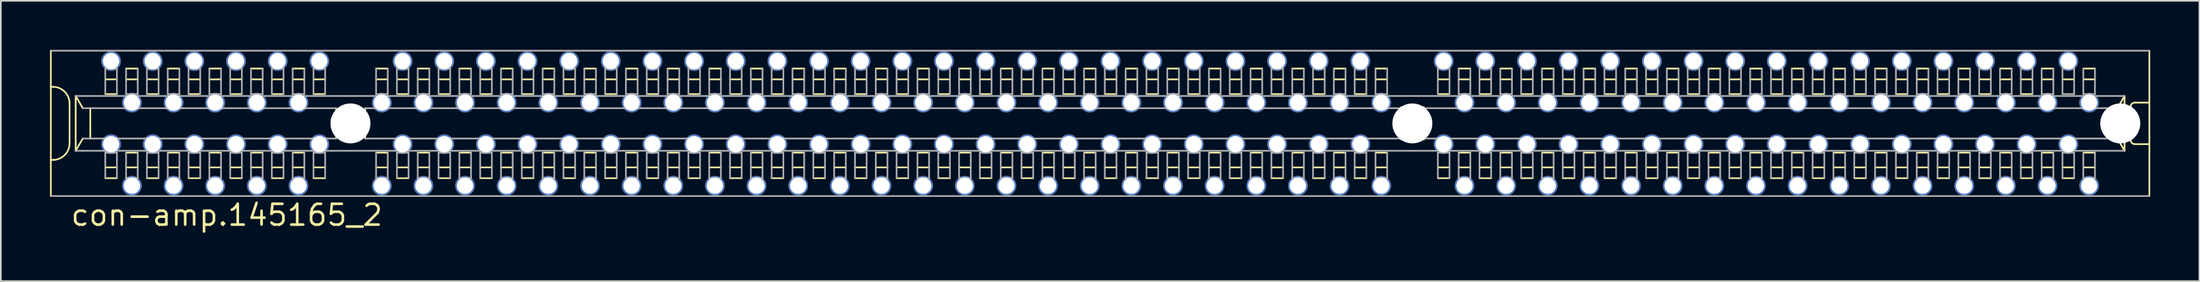
<source format=kicad_pcb>
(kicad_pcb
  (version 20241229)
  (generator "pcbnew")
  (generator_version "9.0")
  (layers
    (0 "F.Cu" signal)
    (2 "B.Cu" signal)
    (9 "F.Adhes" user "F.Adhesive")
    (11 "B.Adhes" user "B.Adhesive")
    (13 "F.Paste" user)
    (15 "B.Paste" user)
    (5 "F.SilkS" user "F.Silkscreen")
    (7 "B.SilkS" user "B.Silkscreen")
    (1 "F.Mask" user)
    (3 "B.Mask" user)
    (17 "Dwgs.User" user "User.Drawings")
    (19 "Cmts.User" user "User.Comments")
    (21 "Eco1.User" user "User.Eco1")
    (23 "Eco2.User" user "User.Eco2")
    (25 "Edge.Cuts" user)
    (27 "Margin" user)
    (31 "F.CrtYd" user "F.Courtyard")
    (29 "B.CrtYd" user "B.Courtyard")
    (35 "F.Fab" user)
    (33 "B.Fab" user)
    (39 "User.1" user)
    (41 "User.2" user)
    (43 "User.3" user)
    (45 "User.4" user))
  (footprint "con-amp.145165_2"
    (layer "F.Cu")
    (at 3.726 4.498)
    (property "Reference" "con-amp.145165_2" (at -2.54 6.35 0) (layer "F.SilkS") (effects (font (size 1.27 1.27) (thickness 0.16)) (justify left bottom)))
    (attr through_hole)
    (fp_line (start -3.675 -2.238) (end -3.675 -4.447) (stroke (width 0.102) (type default)) (layer "F.SilkS"))
    (fp_line (start -3.675 -2.238) (end -3.548 -2.238) (stroke (width 0.102) (type default)) (layer "F.SilkS"))
    (fp_line (start -3.675 2.233) (end -3.675 -2.238) (stroke (width 0.102) (type default)) (layer "F.SilkS"))
    (fp_line (start -3.675 2.233) (end -3.548 2.233) (stroke (width 0.102) (type default)) (layer "F.SilkS"))
    (fp_line (start -3.675 4.442) (end -3.675 2.233) (stroke (width 0.102) (type default)) (layer "F.SilkS"))
    (fp_line (start -2.532 1.217) (end -2.532 -1.222) (stroke (width 0.102) (type default)) (layer "F.SilkS"))
    (fp_line (start -2.159 -1.679) (end -2.159 1.674) (stroke (width 0.102) (type default)) (layer "F.SilkS"))
    (fp_line (start -2.159 -1.679) (end -1.726 -0.93) (stroke (width 0.102) (type default)) (layer "F.SilkS"))
    (fp_line (start -2.159 1.674) (end -1.726 0.925) (stroke (width 0.102) (type default)) (layer "F.SilkS"))
    (fp_line (start -1.27 0.925) (end -1.27 -0.93) (stroke (width 0.102) (type default)) (layer "F.SilkS"))
    (fp_line (start -0.355 -2.695) (end 0.355 -2.695) (stroke (width 0.102) (type default)) (layer "F.SilkS"))
    (fp_line (start -0.355 2.69) (end 0.355 2.69) (stroke (width 0.102) (type default)) (layer "F.SilkS"))
    (fp_line (start 0.355 -1.793) (end -0.355 -1.793) (stroke (width 0.102) (type default)) (layer "F.SilkS"))
    (fp_line (start 0.355 3.35) (end -0.355 3.35) (stroke (width 0.102) (type default)) (layer "F.SilkS"))
    (fp_line (start 0.914 -2.695) (end 1.625 -2.695) (stroke (width 0.102) (type default)) (layer "F.SilkS"))
    (fp_line (start 0.914 2.69) (end 1.625 2.69) (stroke (width 0.102) (type default)) (layer "F.SilkS"))
    (fp_line (start 1.625 -3.355) (end 0.914 -3.355) (stroke (width 0.102) (type default)) (layer "F.SilkS"))
    (fp_line (start 1.625 1.788) (end 0.914 1.788) (stroke (width 0.102) (type default)) (layer "F.SilkS"))
    (fp_line (start 2.184 -2.695) (end 2.896 -2.695) (stroke (width 0.102) (type default)) (layer "F.SilkS"))
    (fp_line (start 2.184 2.69) (end 2.896 2.69) (stroke (width 0.102) (type default)) (layer "F.SilkS"))
    (fp_line (start 2.896 -1.793) (end 2.184 -1.793) (stroke (width 0.102) (type default)) (layer "F.SilkS"))
    (fp_line (start 2.896 3.35) (end 2.184 3.35) (stroke (width 0.102) (type default)) (layer "F.SilkS"))
    (fp_line (start 3.454 -2.695) (end 4.165 -2.695) (stroke (width 0.102) (type default)) (layer "F.SilkS"))
    (fp_line (start 3.454 2.69) (end 4.165 2.69) (stroke (width 0.102) (type default)) (layer "F.SilkS"))
    (fp_line (start 4.165 -3.355) (end 3.454 -3.355) (stroke (width 0.102) (type default)) (layer "F.SilkS"))
    (fp_line (start 4.165 1.788) (end 3.454 1.788) (stroke (width 0.102) (type default)) (layer "F.SilkS"))
    (fp_line (start 4.724 -2.695) (end 5.436 -2.695) (stroke (width 0.102) (type default)) (layer "F.SilkS"))
    (fp_line (start 4.724 2.69) (end 5.436 2.69) (stroke (width 0.102) (type default)) (layer "F.SilkS"))
    (fp_line (start 5.436 -1.793) (end 4.724 -1.793) (stroke (width 0.102) (type default)) (layer "F.SilkS"))
    (fp_line (start 5.436 3.35) (end 4.724 3.35) (stroke (width 0.102) (type default)) (layer "F.SilkS"))
    (fp_line (start 5.995 -2.695) (end 6.705 -2.695) (stroke (width 0.102) (type default)) (layer "F.SilkS"))
    (fp_line (start 5.995 2.69) (end 6.705 2.69) (stroke (width 0.102) (type default)) (layer "F.SilkS"))
    (fp_line (start 6.705 -3.355) (end 5.995 -3.355) (stroke (width 0.102) (type default)) (layer "F.SilkS"))
    (fp_line (start 6.705 1.788) (end 5.995 1.788) (stroke (width 0.102) (type default)) (layer "F.SilkS"))
    (fp_line (start 7.264 -2.695) (end 7.976 -2.695) (stroke (width 0.102) (type default)) (layer "F.SilkS"))
    (fp_line (start 7.264 2.69) (end 7.976 2.69) (stroke (width 0.102) (type default)) (layer "F.SilkS"))
    (fp_line (start 7.976 -1.793) (end 7.264 -1.793) (stroke (width 0.102) (type default)) (layer "F.SilkS"))
    (fp_line (start 7.976 3.35) (end 7.264 3.35) (stroke (width 0.102) (type default)) (layer "F.SilkS"))
    (fp_line (start 8.534 -2.695) (end 9.245 -2.695) (stroke (width 0.102) (type default)) (layer "F.SilkS"))
    (fp_line (start 8.534 2.69) (end 9.245 2.69) (stroke (width 0.102) (type default)) (layer "F.SilkS"))
    (fp_line (start 9.245 -3.355) (end 8.534 -3.355) (stroke (width 0.102) (type default)) (layer "F.SilkS"))
    (fp_line (start 9.245 1.788) (end 8.534 1.788) (stroke (width 0.102) (type default)) (layer "F.SilkS"))
    (fp_line (start 9.805 -2.695) (end 10.515 -2.695) (stroke (width 0.102) (type default)) (layer "F.SilkS"))
    (fp_line (start 9.805 2.69) (end 10.515 2.69) (stroke (width 0.102) (type default)) (layer "F.SilkS"))
    (fp_line (start 10.515 -1.793) (end 9.805 -1.793) (stroke (width 0.102) (type default)) (layer "F.SilkS"))
    (fp_line (start 10.515 3.35) (end 9.805 3.35) (stroke (width 0.102) (type default)) (layer "F.SilkS"))
    (fp_line (start 11.075 -2.695) (end 11.786 -2.695) (stroke (width 0.102) (type default)) (layer "F.SilkS"))
    (fp_line (start 11.075 2.69) (end 11.786 2.69) (stroke (width 0.102) (type default)) (layer "F.SilkS"))
    (fp_line (start 11.786 -3.355) (end 11.075 -3.355) (stroke (width 0.102) (type default)) (layer "F.SilkS"))
    (fp_line (start 11.786 1.788) (end 11.075 1.788) (stroke (width 0.102) (type default)) (layer "F.SilkS"))
    (fp_line (start 12.345 -2.695) (end 13.056 -2.695) (stroke (width 0.102) (type default)) (layer "F.SilkS"))
    (fp_line (start 12.345 2.69) (end 13.056 2.69) (stroke (width 0.102) (type default)) (layer "F.SilkS"))
    (fp_line (start 13.056 -1.793) (end 12.345 -1.793) (stroke (width 0.102) (type default)) (layer "F.SilkS"))
    (fp_line (start 13.056 3.35) (end 12.345 3.35) (stroke (width 0.102) (type default)) (layer "F.SilkS"))
    (fp_line (start 13.724 -0.93) (end 13.724 0.925) (stroke (width 0.102) (type default)) (layer "F.SilkS"))
    (fp_line (start 15.502 -0.93) (end 15.502 0.925) (stroke (width 0.102) (type default)) (layer "F.SilkS"))
    (fp_line (start 16.163 -2.695) (end 16.873 -2.695) (stroke (width 0.102) (type default)) (layer "F.SilkS"))
    (fp_line (start 16.163 2.69) (end 16.873 2.69) (stroke (width 0.102) (type default)) (layer "F.SilkS"))
    (fp_line (start 16.873 -3.355) (end 16.163 -3.355) (stroke (width 0.102) (type default)) (layer "F.SilkS"))
    (fp_line (start 16.873 1.788) (end 16.163 1.788) (stroke (width 0.102) (type default)) (layer "F.SilkS"))
    (fp_line (start 17.433 -2.695) (end 18.143 -2.695) (stroke (width 0.102) (type default)) (layer "F.SilkS"))
    (fp_line (start 17.433 2.69) (end 18.143 2.69) (stroke (width 0.102) (type default)) (layer "F.SilkS"))
    (fp_line (start 18.143 -1.793) (end 17.433 -1.793) (stroke (width 0.102) (type default)) (layer "F.SilkS"))
    (fp_line (start 18.143 3.35) (end 17.433 3.35) (stroke (width 0.102) (type default)) (layer "F.SilkS"))
    (fp_line (start 18.703 -2.695) (end 19.413 -2.695) (stroke (width 0.102) (type default)) (layer "F.SilkS"))
    (fp_line (start 18.703 2.69) (end 19.413 2.69) (stroke (width 0.102) (type default)) (layer "F.SilkS"))
    (fp_line (start 19.413 -3.355) (end 18.703 -3.355) (stroke (width 0.102) (type default)) (layer "F.SilkS"))
    (fp_line (start 19.413 1.788) (end 18.703 1.788) (stroke (width 0.102) (type default)) (layer "F.SilkS"))
    (fp_line (start 19.973 -2.695) (end 20.683 -2.695) (stroke (width 0.102) (type default)) (layer "F.SilkS"))
    (fp_line (start 19.973 2.69) (end 20.683 2.69) (stroke (width 0.102) (type default)) (layer "F.SilkS"))
    (fp_line (start 20.683 -1.793) (end 19.973 -1.793) (stroke (width 0.102) (type default)) (layer "F.SilkS"))
    (fp_line (start 20.683 3.35) (end 19.973 3.35) (stroke (width 0.102) (type default)) (layer "F.SilkS"))
    (fp_line (start 21.242 -2.695) (end 21.953 -2.695) (stroke (width 0.102) (type default)) (layer "F.SilkS"))
    (fp_line (start 21.242 2.69) (end 21.953 2.69) (stroke (width 0.102) (type default)) (layer "F.SilkS"))
    (fp_line (start 21.953 -3.355) (end 21.242 -3.355) (stroke (width 0.102) (type default)) (layer "F.SilkS"))
    (fp_line (start 21.953 1.788) (end 21.242 1.788) (stroke (width 0.102) (type default)) (layer "F.SilkS"))
    (fp_line (start 22.512 -2.695) (end 23.224 -2.695) (stroke (width 0.102) (type default)) (layer "F.SilkS"))
    (fp_line (start 22.512 2.69) (end 23.224 2.69) (stroke (width 0.102) (type default)) (layer "F.SilkS"))
    (fp_line (start 23.224 -1.793) (end 22.512 -1.793) (stroke (width 0.102) (type default)) (layer "F.SilkS"))
    (fp_line (start 23.224 3.35) (end 22.512 3.35) (stroke (width 0.102) (type default)) (layer "F.SilkS"))
    (fp_line (start 23.782 -2.695) (end 24.494 -2.695) (stroke (width 0.102) (type default)) (layer "F.SilkS"))
    (fp_line (start 23.782 2.69) (end 24.494 2.69) (stroke (width 0.102) (type default)) (layer "F.SilkS"))
    (fp_line (start 24.494 -3.355) (end 23.782 -3.355) (stroke (width 0.102) (type default)) (layer "F.SilkS"))
    (fp_line (start 24.494 1.788) (end 23.782 1.788) (stroke (width 0.102) (type default)) (layer "F.SilkS"))
    (fp_line (start 25.052 -2.695) (end 25.764 -2.695) (stroke (width 0.102) (type default)) (layer "F.SilkS"))
    (fp_line (start 25.052 2.69) (end 25.764 2.69) (stroke (width 0.102) (type default)) (layer "F.SilkS"))
    (fp_line (start 25.764 -1.793) (end 25.052 -1.793) (stroke (width 0.102) (type default)) (layer "F.SilkS"))
    (fp_line (start 25.764 3.35) (end 25.052 3.35) (stroke (width 0.102) (type default)) (layer "F.SilkS"))
    (fp_line (start 26.323 -2.695) (end 27.034 -2.695) (stroke (width 0.102) (type default)) (layer "F.SilkS"))
    (fp_line (start 26.323 2.69) (end 27.034 2.69) (stroke (width 0.102) (type default)) (layer "F.SilkS"))
    (fp_line (start 27.034 -3.355) (end 26.323 -3.355) (stroke (width 0.102) (type default)) (layer "F.SilkS"))
    (fp_line (start 27.034 1.788) (end 26.323 1.788) (stroke (width 0.102) (type default)) (layer "F.SilkS"))
    (fp_line (start 27.593 -2.695) (end 28.303 -2.695) (stroke (width 0.102) (type default)) (layer "F.SilkS"))
    (fp_line (start 27.593 2.69) (end 28.303 2.69) (stroke (width 0.102) (type default)) (layer "F.SilkS"))
    (fp_line (start 28.303 -1.793) (end 27.593 -1.793) (stroke (width 0.102) (type default)) (layer "F.SilkS"))
    (fp_line (start 28.303 3.35) (end 27.593 3.35) (stroke (width 0.102) (type default)) (layer "F.SilkS"))
    (fp_line (start 28.863 -2.695) (end 29.573 -2.695) (stroke (width 0.102) (type default)) (layer "F.SilkS"))
    (fp_line (start 28.863 2.69) (end 29.573 2.69) (stroke (width 0.102) (type default)) (layer "F.SilkS"))
    (fp_line (start 29.573 -3.355) (end 28.863 -3.355) (stroke (width 0.102) (type default)) (layer "F.SilkS"))
    (fp_line (start 29.573 1.788) (end 28.863 1.788) (stroke (width 0.102) (type default)) (layer "F.SilkS"))
    (fp_line (start 30.133 -2.695) (end 30.843 -2.695) (stroke (width 0.102) (type default)) (layer "F.SilkS"))
    (fp_line (start 30.133 2.69) (end 30.843 2.69) (stroke (width 0.102) (type default)) (layer "F.SilkS"))
    (fp_line (start 30.843 -1.793) (end 30.133 -1.793) (stroke (width 0.102) (type default)) (layer "F.SilkS"))
    (fp_line (start 30.843 3.35) (end 30.133 3.35) (stroke (width 0.102) (type default)) (layer "F.SilkS"))
    (fp_line (start 31.402 -2.695) (end 32.114 -2.695) (stroke (width 0.102) (type default)) (layer "F.SilkS"))
    (fp_line (start 31.402 2.69) (end 32.114 2.69) (stroke (width 0.102) (type default)) (layer "F.SilkS"))
    (fp_line (start 32.114 -3.355) (end 31.402 -3.355) (stroke (width 0.102) (type default)) (layer "F.SilkS"))
    (fp_line (start 32.114 1.788) (end 31.402 1.788) (stroke (width 0.102) (type default)) (layer "F.SilkS"))
    (fp_line (start 32.672 -2.695) (end 33.383 -2.695) (stroke (width 0.102) (type default)) (layer "F.SilkS"))
    (fp_line (start 32.672 2.69) (end 33.383 2.69) (stroke (width 0.102) (type default)) (layer "F.SilkS"))
    (fp_line (start 33.383 -1.793) (end 32.672 -1.793) (stroke (width 0.102) (type default)) (layer "F.SilkS"))
    (fp_line (start 33.383 3.35) (end 32.672 3.35) (stroke (width 0.102) (type default)) (layer "F.SilkS"))
    (fp_line (start 33.943 -2.695) (end 34.654 -2.695) (stroke (width 0.102) (type default)) (layer "F.SilkS"))
    (fp_line (start 33.943 2.69) (end 34.654 2.69) (stroke (width 0.102) (type default)) (layer "F.SilkS"))
    (fp_line (start 34.654 -3.355) (end 33.943 -3.355) (stroke (width 0.102) (type default)) (layer "F.SilkS"))
    (fp_line (start 34.654 1.788) (end 33.943 1.788) (stroke (width 0.102) (type default)) (layer "F.SilkS"))
    (fp_line (start 35.212 -2.695) (end 35.923 -2.695) (stroke (width 0.102) (type default)) (layer "F.SilkS"))
    (fp_line (start 35.212 2.69) (end 35.923 2.69) (stroke (width 0.102) (type default)) (layer "F.SilkS"))
    (fp_line (start 35.923 -1.793) (end 35.212 -1.793) (stroke (width 0.102) (type default)) (layer "F.SilkS"))
    (fp_line (start 35.923 3.35) (end 35.212 3.35) (stroke (width 0.102) (type default)) (layer "F.SilkS"))
    (fp_line (start 36.483 -2.695) (end 37.194 -2.695) (stroke (width 0.102) (type default)) (layer "F.SilkS"))
    (fp_line (start 36.483 2.69) (end 37.194 2.69) (stroke (width 0.102) (type default)) (layer "F.SilkS"))
    (fp_line (start 37.194 -3.355) (end 36.483 -3.355) (stroke (width 0.102) (type default)) (layer "F.SilkS"))
    (fp_line (start 37.194 1.788) (end 36.483 1.788) (stroke (width 0.102) (type default)) (layer "F.SilkS"))
    (fp_line (start 37.752 -2.695) (end 38.464 -2.695) (stroke (width 0.102) (type default)) (layer "F.SilkS"))
    (fp_line (start 37.752 2.69) (end 38.464 2.69) (stroke (width 0.102) (type default)) (layer "F.SilkS"))
    (fp_line (start 38.464 -1.793) (end 37.752 -1.793) (stroke (width 0.102) (type default)) (layer "F.SilkS"))
    (fp_line (start 38.464 3.35) (end 37.752 3.35) (stroke (width 0.102) (type default)) (layer "F.SilkS"))
    (fp_line (start 39.023 -2.695) (end 39.733 -2.695) (stroke (width 0.102) (type default)) (layer "F.SilkS"))
    (fp_line (start 39.023 2.69) (end 39.733 2.69) (stroke (width 0.102) (type default)) (layer "F.SilkS"))
    (fp_line (start 39.733 -3.355) (end 39.023 -3.355) (stroke (width 0.102) (type default)) (layer "F.SilkS"))
    (fp_line (start 39.733 1.788) (end 39.023 1.788) (stroke (width 0.102) (type default)) (layer "F.SilkS"))
    (fp_line (start 40.292 -2.695) (end 41.004 -2.695) (stroke (width 0.102) (type default)) (layer "F.SilkS"))
    (fp_line (start 40.292 2.69) (end 41.004 2.69) (stroke (width 0.102) (type default)) (layer "F.SilkS"))
    (fp_line (start 41.004 -1.793) (end 40.292 -1.793) (stroke (width 0.102) (type default)) (layer "F.SilkS"))
    (fp_line (start 41.004 3.35) (end 40.292 3.35) (stroke (width 0.102) (type default)) (layer "F.SilkS"))
    (fp_line (start 41.562 -2.695) (end 42.273 -2.695) (stroke (width 0.102) (type default)) (layer "F.SilkS"))
    (fp_line (start 41.562 2.69) (end 42.273 2.69) (stroke (width 0.102) (type default)) (layer "F.SilkS"))
    (fp_line (start 42.273 -3.355) (end 41.562 -3.355) (stroke (width 0.102) (type default)) (layer "F.SilkS"))
    (fp_line (start 42.273 1.788) (end 41.562 1.788) (stroke (width 0.102) (type default)) (layer "F.SilkS"))
    (fp_line (start 42.833 -2.695) (end 43.544 -2.695) (stroke (width 0.102) (type default)) (layer "F.SilkS"))
    (fp_line (start 42.833 2.69) (end 43.544 2.69) (stroke (width 0.102) (type default)) (layer "F.SilkS"))
    (fp_line (start 43.544 -1.793) (end 42.833 -1.793) (stroke (width 0.102) (type default)) (layer "F.SilkS"))
    (fp_line (start 43.544 3.35) (end 42.833 3.35) (stroke (width 0.102) (type default)) (layer "F.SilkS"))
    (fp_line (start 44.102 -2.695) (end 44.813 -2.695) (stroke (width 0.102) (type default)) (layer "F.SilkS"))
    (fp_line (start 44.102 2.69) (end 44.813 2.69) (stroke (width 0.102) (type default)) (layer "F.SilkS"))
    (fp_line (start 44.813 -3.355) (end 44.102 -3.355) (stroke (width 0.102) (type default)) (layer "F.SilkS"))
    (fp_line (start 44.813 1.788) (end 44.102 1.788) (stroke (width 0.102) (type default)) (layer "F.SilkS"))
    (fp_line (start 45.373 -2.695) (end 46.084 -2.695) (stroke (width 0.102) (type default)) (layer "F.SilkS"))
    (fp_line (start 45.373 2.69) (end 46.084 2.69) (stroke (width 0.102) (type default)) (layer "F.SilkS"))
    (fp_line (start 46.084 -1.793) (end 45.373 -1.793) (stroke (width 0.102) (type default)) (layer "F.SilkS"))
    (fp_line (start 46.084 3.35) (end 45.373 3.35) (stroke (width 0.102) (type default)) (layer "F.SilkS"))
    (fp_line (start 46.642 -2.695) (end 47.353 -2.695) (stroke (width 0.102) (type default)) (layer "F.SilkS"))
    (fp_line (start 46.642 2.69) (end 47.353 2.69) (stroke (width 0.102) (type default)) (layer "F.SilkS"))
    (fp_line (start 47.353 -3.355) (end 46.642 -3.355) (stroke (width 0.102) (type default)) (layer "F.SilkS"))
    (fp_line (start 47.353 1.788) (end 46.642 1.788) (stroke (width 0.102) (type default)) (layer "F.SilkS"))
    (fp_line (start 47.913 -2.695) (end 48.623 -2.695) (stroke (width 0.102) (type default)) (layer "F.SilkS"))
    (fp_line (start 47.913 2.69) (end 48.623 2.69) (stroke (width 0.102) (type default)) (layer "F.SilkS"))
    (fp_line (start 48.623 -1.793) (end 47.913 -1.793) (stroke (width 0.102) (type default)) (layer "F.SilkS"))
    (fp_line (start 48.623 3.35) (end 47.913 3.35) (stroke (width 0.102) (type default)) (layer "F.SilkS"))
    (fp_line (start 49.182 -2.695) (end 49.894 -2.695) (stroke (width 0.102) (type default)) (layer "F.SilkS"))
    (fp_line (start 49.182 2.69) (end 49.894 2.69) (stroke (width 0.102) (type default)) (layer "F.SilkS"))
    (fp_line (start 49.894 -3.355) (end 49.182 -3.355) (stroke (width 0.102) (type default)) (layer "F.SilkS"))
    (fp_line (start 49.894 1.788) (end 49.182 1.788) (stroke (width 0.102) (type default)) (layer "F.SilkS"))
    (fp_line (start 50.453 -2.695) (end 51.163 -2.695) (stroke (width 0.102) (type default)) (layer "F.SilkS"))
    (fp_line (start 50.453 2.69) (end 51.163 2.69) (stroke (width 0.102) (type default)) (layer "F.SilkS"))
    (fp_line (start 51.163 -1.793) (end 50.453 -1.793) (stroke (width 0.102) (type default)) (layer "F.SilkS"))
    (fp_line (start 51.163 3.35) (end 50.453 3.35) (stroke (width 0.102) (type default)) (layer "F.SilkS"))
    (fp_line (start 51.722 -2.695) (end 52.434 -2.695) (stroke (width 0.102) (type default)) (layer "F.SilkS"))
    (fp_line (start 51.722 2.69) (end 52.434 2.69) (stroke (width 0.102) (type default)) (layer "F.SilkS"))
    (fp_line (start 52.434 -3.355) (end 51.722 -3.355) (stroke (width 0.102) (type default)) (layer "F.SilkS"))
    (fp_line (start 52.434 1.788) (end 51.722 1.788) (stroke (width 0.102) (type default)) (layer "F.SilkS"))
    (fp_line (start 52.992 -2.695) (end 53.703 -2.695) (stroke (width 0.102) (type default)) (layer "F.SilkS"))
    (fp_line (start 52.992 2.69) (end 53.703 2.69) (stroke (width 0.102) (type default)) (layer "F.SilkS"))
    (fp_line (start 53.703 -1.793) (end 52.992 -1.793) (stroke (width 0.102) (type default)) (layer "F.SilkS"))
    (fp_line (start 53.703 3.35) (end 52.992 3.35) (stroke (width 0.102) (type default)) (layer "F.SilkS"))
    (fp_line (start 54.263 -2.695) (end 54.974 -2.695) (stroke (width 0.102) (type default)) (layer "F.SilkS"))
    (fp_line (start 54.263 2.69) (end 54.974 2.69) (stroke (width 0.102) (type default)) (layer "F.SilkS"))
    (fp_line (start 54.974 -3.355) (end 54.263 -3.355) (stroke (width 0.102) (type default)) (layer "F.SilkS"))
    (fp_line (start 54.974 1.788) (end 54.263 1.788) (stroke (width 0.102) (type default)) (layer "F.SilkS"))
    (fp_line (start 55.532 -2.695) (end 56.243 -2.695) (stroke (width 0.102) (type default)) (layer "F.SilkS"))
    (fp_line (start 55.532 2.69) (end 56.243 2.69) (stroke (width 0.102) (type default)) (layer "F.SilkS"))
    (fp_line (start 56.243 -1.793) (end 55.532 -1.793) (stroke (width 0.102) (type default)) (layer "F.SilkS"))
    (fp_line (start 56.243 3.35) (end 55.532 3.35) (stroke (width 0.102) (type default)) (layer "F.SilkS"))
    (fp_line (start 56.803 -2.695) (end 57.514 -2.695) (stroke (width 0.102) (type default)) (layer "F.SilkS"))
    (fp_line (start 56.803 2.69) (end 57.514 2.69) (stroke (width 0.102) (type default)) (layer "F.SilkS"))
    (fp_line (start 57.514 -3.355) (end 56.803 -3.355) (stroke (width 0.102) (type default)) (layer "F.SilkS"))
    (fp_line (start 57.514 1.788) (end 56.803 1.788) (stroke (width 0.102) (type default)) (layer "F.SilkS"))
    (fp_line (start 58.072 -2.695) (end 58.783 -2.695) (stroke (width 0.102) (type default)) (layer "F.SilkS"))
    (fp_line (start 58.072 2.69) (end 58.783 2.69) (stroke (width 0.102) (type default)) (layer "F.SilkS"))
    (fp_line (start 58.783 -1.793) (end 58.072 -1.793) (stroke (width 0.102) (type default)) (layer "F.SilkS"))
    (fp_line (start 58.783 3.35) (end 58.072 3.35) (stroke (width 0.102) (type default)) (layer "F.SilkS"))
    (fp_line (start 59.343 -2.695) (end 60.053 -2.695) (stroke (width 0.102) (type default)) (layer "F.SilkS"))
    (fp_line (start 59.343 2.69) (end 60.053 2.69) (stroke (width 0.102) (type default)) (layer "F.SilkS"))
    (fp_line (start 60.053 -3.355) (end 59.343 -3.355) (stroke (width 0.102) (type default)) (layer "F.SilkS"))
    (fp_line (start 60.053 1.788) (end 59.343 1.788) (stroke (width 0.102) (type default)) (layer "F.SilkS"))
    (fp_line (start 60.612 -2.695) (end 61.324 -2.695) (stroke (width 0.102) (type default)) (layer "F.SilkS"))
    (fp_line (start 60.612 2.69) (end 61.324 2.69) (stroke (width 0.102) (type default)) (layer "F.SilkS"))
    (fp_line (start 61.324 -1.793) (end 60.612 -1.793) (stroke (width 0.102) (type default)) (layer "F.SilkS"))
    (fp_line (start 61.324 3.35) (end 60.612 3.35) (stroke (width 0.102) (type default)) (layer "F.SilkS"))
    (fp_line (start 61.883 -2.695) (end 62.593 -2.695) (stroke (width 0.102) (type default)) (layer "F.SilkS"))
    (fp_line (start 61.883 2.69) (end 62.593 2.69) (stroke (width 0.102) (type default)) (layer "F.SilkS"))
    (fp_line (start 62.593 -3.355) (end 61.883 -3.355) (stroke (width 0.102) (type default)) (layer "F.SilkS"))
    (fp_line (start 62.593 1.788) (end 61.883 1.788) (stroke (width 0.102) (type default)) (layer "F.SilkS"))
    (fp_line (start 63.153 -2.695) (end 63.864 -2.695) (stroke (width 0.102) (type default)) (layer "F.SilkS"))
    (fp_line (start 63.153 2.69) (end 63.864 2.69) (stroke (width 0.102) (type default)) (layer "F.SilkS"))
    (fp_line (start 63.864 -1.793) (end 63.153 -1.793) (stroke (width 0.102) (type default)) (layer "F.SilkS"))
    (fp_line (start 63.864 3.35) (end 63.153 3.35) (stroke (width 0.102) (type default)) (layer "F.SilkS"))
    (fp_line (start 64.422 -2.695) (end 65.133 -2.695) (stroke (width 0.102) (type default)) (layer "F.SilkS"))
    (fp_line (start 64.422 2.69) (end 65.133 2.69) (stroke (width 0.102) (type default)) (layer "F.SilkS"))
    (fp_line (start 65.133 -3.355) (end 64.422 -3.355) (stroke (width 0.102) (type default)) (layer "F.SilkS"))
    (fp_line (start 65.133 1.788) (end 64.422 1.788) (stroke (width 0.102) (type default)) (layer "F.SilkS"))
    (fp_line (start 65.692 -2.695) (end 66.403 -2.695) (stroke (width 0.102) (type default)) (layer "F.SilkS"))
    (fp_line (start 65.692 2.69) (end 66.403 2.69) (stroke (width 0.102) (type default)) (layer "F.SilkS"))
    (fp_line (start 66.403 -1.793) (end 65.692 -1.793) (stroke (width 0.102) (type default)) (layer "F.SilkS"))
    (fp_line (start 66.403 3.35) (end 65.692 3.35) (stroke (width 0.102) (type default)) (layer "F.SilkS"))
    (fp_line (start 66.963 -2.695) (end 67.674 -2.695) (stroke (width 0.102) (type default)) (layer "F.SilkS"))
    (fp_line (start 66.963 2.69) (end 67.674 2.69) (stroke (width 0.102) (type default)) (layer "F.SilkS"))
    (fp_line (start 67.674 -3.355) (end 66.963 -3.355) (stroke (width 0.102) (type default)) (layer "F.SilkS"))
    (fp_line (start 67.674 1.788) (end 66.963 1.788) (stroke (width 0.102) (type default)) (layer "F.SilkS"))
    (fp_line (start 68.233 -2.695) (end 68.944 -2.695) (stroke (width 0.102) (type default)) (layer "F.SilkS"))
    (fp_line (start 68.233 2.69) (end 68.944 2.69) (stroke (width 0.102) (type default)) (layer "F.SilkS"))
    (fp_line (start 68.944 -1.793) (end 68.233 -1.793) (stroke (width 0.102) (type default)) (layer "F.SilkS"))
    (fp_line (start 68.944 3.35) (end 68.233 3.35) (stroke (width 0.102) (type default)) (layer "F.SilkS"))
    (fp_line (start 69.502 -2.695) (end 70.213 -2.695) (stroke (width 0.102) (type default)) (layer "F.SilkS"))
    (fp_line (start 69.502 2.69) (end 70.213 2.69) (stroke (width 0.102) (type default)) (layer "F.SilkS"))
    (fp_line (start 70.213 -3.355) (end 69.502 -3.355) (stroke (width 0.102) (type default)) (layer "F.SilkS"))
    (fp_line (start 70.213 1.788) (end 69.502 1.788) (stroke (width 0.102) (type default)) (layer "F.SilkS"))
    (fp_line (start 70.772 -2.695) (end 71.484 -2.695) (stroke (width 0.102) (type default)) (layer "F.SilkS"))
    (fp_line (start 70.772 2.69) (end 71.484 2.69) (stroke (width 0.102) (type default)) (layer "F.SilkS"))
    (fp_line (start 71.484 -1.793) (end 70.772 -1.793) (stroke (width 0.102) (type default)) (layer "F.SilkS"))
    (fp_line (start 71.484 3.35) (end 70.772 3.35) (stroke (width 0.102) (type default)) (layer "F.SilkS"))
    (fp_line (start 72.043 -2.695) (end 72.754 -2.695) (stroke (width 0.102) (type default)) (layer "F.SilkS"))
    (fp_line (start 72.043 2.69) (end 72.754 2.69) (stroke (width 0.102) (type default)) (layer "F.SilkS"))
    (fp_line (start 72.754 -3.355) (end 72.043 -3.355) (stroke (width 0.102) (type default)) (layer "F.SilkS"))
    (fp_line (start 72.754 1.788) (end 72.043 1.788) (stroke (width 0.102) (type default)) (layer "F.SilkS"))
    (fp_line (start 73.312 -2.695) (end 74.023 -2.695) (stroke (width 0.102) (type default)) (layer "F.SilkS"))
    (fp_line (start 73.312 2.69) (end 74.023 2.69) (stroke (width 0.102) (type default)) (layer "F.SilkS"))
    (fp_line (start 74.023 -1.793) (end 73.312 -1.793) (stroke (width 0.102) (type default)) (layer "F.SilkS"))
    (fp_line (start 74.023 3.35) (end 73.312 3.35) (stroke (width 0.102) (type default)) (layer "F.SilkS"))
    (fp_line (start 74.582 -2.695) (end 75.293 -2.695) (stroke (width 0.102) (type default)) (layer "F.SilkS"))
    (fp_line (start 74.582 2.69) (end 75.293 2.69) (stroke (width 0.102) (type default)) (layer "F.SilkS"))
    (fp_line (start 75.293 -3.355) (end 74.582 -3.355) (stroke (width 0.102) (type default)) (layer "F.SilkS"))
    (fp_line (start 75.293 1.788) (end 74.582 1.788) (stroke (width 0.102) (type default)) (layer "F.SilkS"))
    (fp_line (start 75.853 -2.695) (end 76.564 -2.695) (stroke (width 0.102) (type default)) (layer "F.SilkS"))
    (fp_line (start 75.853 2.69) (end 76.564 2.69) (stroke (width 0.102) (type default)) (layer "F.SilkS"))
    (fp_line (start 76.564 -1.793) (end 75.853 -1.793) (stroke (width 0.102) (type default)) (layer "F.SilkS"))
    (fp_line (start 76.564 3.35) (end 75.853 3.35) (stroke (width 0.102) (type default)) (layer "F.SilkS"))
    (fp_line (start 77.123 -2.695) (end 77.834 -2.695) (stroke (width 0.102) (type default)) (layer "F.SilkS"))
    (fp_line (start 77.123 2.69) (end 77.834 2.69) (stroke (width 0.102) (type default)) (layer "F.SilkS"))
    (fp_line (start 77.834 -3.355) (end 77.123 -3.355) (stroke (width 0.102) (type default)) (layer "F.SilkS"))
    (fp_line (start 77.834 1.788) (end 77.123 1.788) (stroke (width 0.102) (type default)) (layer "F.SilkS"))
    (fp_line (start 78.697 -0.993) (end 78.697 0.988) (stroke (width 0.102) (type default)) (layer "F.SilkS"))
    (fp_line (start 80.069 -0.993) (end 80.069 0.988) (stroke (width 0.102) (type default)) (layer "F.SilkS"))
    (fp_line (start 80.924 -2.695) (end 81.635 -2.695) (stroke (width 0.102) (type default)) (layer "F.SilkS"))
    (fp_line (start 80.924 2.69) (end 81.635 2.69) (stroke (width 0.102) (type default)) (layer "F.SilkS"))
    (fp_line (start 81.635 -1.793) (end 80.924 -1.793) (stroke (width 0.102) (type default)) (layer "F.SilkS"))
    (fp_line (start 81.635 3.35) (end 80.924 3.35) (stroke (width 0.102) (type default)) (layer "F.SilkS"))
    (fp_line (start 82.195 -2.695) (end 82.906 -2.695) (stroke (width 0.102) (type default)) (layer "F.SilkS"))
    (fp_line (start 82.195 2.69) (end 82.906 2.69) (stroke (width 0.102) (type default)) (layer "F.SilkS"))
    (fp_line (start 82.906 -3.355) (end 82.195 -3.355) (stroke (width 0.102) (type default)) (layer "F.SilkS"))
    (fp_line (start 82.906 1.788) (end 82.195 1.788) (stroke (width 0.102) (type default)) (layer "F.SilkS"))
    (fp_line (start 83.465 -2.695) (end 84.175 -2.695) (stroke (width 0.102) (type default)) (layer "F.SilkS"))
    (fp_line (start 83.465 2.69) (end 84.175 2.69) (stroke (width 0.102) (type default)) (layer "F.SilkS"))
    (fp_line (start 84.175 -1.793) (end 83.465 -1.793) (stroke (width 0.102) (type default)) (layer "F.SilkS"))
    (fp_line (start 84.175 3.35) (end 83.465 3.35) (stroke (width 0.102) (type default)) (layer "F.SilkS"))
    (fp_line (start 84.734 -2.695) (end 85.445 -2.695) (stroke (width 0.102) (type default)) (layer "F.SilkS"))
    (fp_line (start 84.734 2.69) (end 85.445 2.69) (stroke (width 0.102) (type default)) (layer "F.SilkS"))
    (fp_line (start 85.445 -3.355) (end 84.734 -3.355) (stroke (width 0.102) (type default)) (layer "F.SilkS"))
    (fp_line (start 85.445 1.788) (end 84.734 1.788) (stroke (width 0.102) (type default)) (layer "F.SilkS"))
    (fp_line (start 86.004 -2.695) (end 86.716 -2.695) (stroke (width 0.102) (type default)) (layer "F.SilkS"))
    (fp_line (start 86.004 2.69) (end 86.716 2.69) (stroke (width 0.102) (type default)) (layer "F.SilkS"))
    (fp_line (start 86.716 -1.793) (end 86.004 -1.793) (stroke (width 0.102) (type default)) (layer "F.SilkS"))
    (fp_line (start 86.716 3.35) (end 86.004 3.35) (stroke (width 0.102) (type default)) (layer "F.SilkS"))
    (fp_line (start 87.275 -2.695) (end 87.986 -2.695) (stroke (width 0.102) (type default)) (layer "F.SilkS"))
    (fp_line (start 87.275 2.69) (end 87.986 2.69) (stroke (width 0.102) (type default)) (layer "F.SilkS"))
    (fp_line (start 87.986 -3.355) (end 87.275 -3.355) (stroke (width 0.102) (type default)) (layer "F.SilkS"))
    (fp_line (start 87.986 1.788) (end 87.275 1.788) (stroke (width 0.102) (type default)) (layer "F.SilkS"))
    (fp_line (start 88.544 -2.695) (end 89.255 -2.695) (stroke (width 0.102) (type default)) (layer "F.SilkS"))
    (fp_line (start 88.544 2.69) (end 89.255 2.69) (stroke (width 0.102) (type default)) (layer "F.SilkS"))
    (fp_line (start 89.255 -1.793) (end 88.544 -1.793) (stroke (width 0.102) (type default)) (layer "F.SilkS"))
    (fp_line (start 89.255 3.35) (end 88.544 3.35) (stroke (width 0.102) (type default)) (layer "F.SilkS"))
    (fp_line (start 89.814 -2.695) (end 90.525 -2.695) (stroke (width 0.102) (type default)) (layer "F.SilkS"))
    (fp_line (start 89.814 2.69) (end 90.525 2.69) (stroke (width 0.102) (type default)) (layer "F.SilkS"))
    (fp_line (start 90.525 -3.355) (end 89.814 -3.355) (stroke (width 0.102) (type default)) (layer "F.SilkS"))
    (fp_line (start 90.525 1.788) (end 89.814 1.788) (stroke (width 0.102) (type default)) (layer "F.SilkS"))
    (fp_line (start 91.085 -2.695) (end 91.796 -2.695) (stroke (width 0.102) (type default)) (layer "F.SilkS"))
    (fp_line (start 91.085 2.69) (end 91.796 2.69) (stroke (width 0.102) (type default)) (layer "F.SilkS"))
    (fp_line (start 91.796 -1.793) (end 91.085 -1.793) (stroke (width 0.102) (type default)) (layer "F.SilkS"))
    (fp_line (start 91.796 3.35) (end 91.085 3.35) (stroke (width 0.102) (type default)) (layer "F.SilkS"))
    (fp_line (start 92.355 -2.695) (end 93.066 -2.695) (stroke (width 0.102) (type default)) (layer "F.SilkS"))
    (fp_line (start 92.355 2.69) (end 93.066 2.69) (stroke (width 0.102) (type default)) (layer "F.SilkS"))
    (fp_line (start 93.066 -3.355) (end 92.355 -3.355) (stroke (width 0.102) (type default)) (layer "F.SilkS"))
    (fp_line (start 93.066 1.788) (end 92.355 1.788) (stroke (width 0.102) (type default)) (layer "F.SilkS"))
    (fp_line (start 93.624 -2.695) (end 94.335 -2.695) (stroke (width 0.102) (type default)) (layer "F.SilkS"))
    (fp_line (start 93.624 2.69) (end 94.335 2.69) (stroke (width 0.102) (type default)) (layer "F.SilkS"))
    (fp_line (start 94.335 -1.793) (end 93.624 -1.793) (stroke (width 0.102) (type default)) (layer "F.SilkS"))
    (fp_line (start 94.335 3.35) (end 93.624 3.35) (stroke (width 0.102) (type default)) (layer "F.SilkS"))
    (fp_line (start 94.894 -2.695) (end 95.606 -2.695) (stroke (width 0.102) (type default)) (layer "F.SilkS"))
    (fp_line (start 94.894 2.69) (end 95.606 2.69) (stroke (width 0.102) (type default)) (layer "F.SilkS"))
    (fp_line (start 95.606 -3.355) (end 94.894 -3.355) (stroke (width 0.102) (type default)) (layer "F.SilkS"))
    (fp_line (start 95.606 1.788) (end 94.894 1.788) (stroke (width 0.102) (type default)) (layer "F.SilkS"))
    (fp_line (start 96.165 -2.695) (end 96.876 -2.695) (stroke (width 0.102) (type default)) (layer "F.SilkS"))
    (fp_line (start 96.165 2.69) (end 96.876 2.69) (stroke (width 0.102) (type default)) (layer "F.SilkS"))
    (fp_line (start 96.876 -1.793) (end 96.165 -1.793) (stroke (width 0.102) (type default)) (layer "F.SilkS"))
    (fp_line (start 96.876 3.35) (end 96.165 3.35) (stroke (width 0.102) (type default)) (layer "F.SilkS"))
    (fp_line (start 97.434 -2.695) (end 98.145 -2.695) (stroke (width 0.102) (type default)) (layer "F.SilkS"))
    (fp_line (start 97.434 2.69) (end 98.145 2.69) (stroke (width 0.102) (type default)) (layer "F.SilkS"))
    (fp_line (start 98.145 -3.355) (end 97.434 -3.355) (stroke (width 0.102) (type default)) (layer "F.SilkS"))
    (fp_line (start 98.145 1.788) (end 97.434 1.788) (stroke (width 0.102) (type default)) (layer "F.SilkS"))
    (fp_line (start 98.704 -2.695) (end 99.415 -2.695) (stroke (width 0.102) (type default)) (layer "F.SilkS"))
    (fp_line (start 98.704 2.69) (end 99.415 2.69) (stroke (width 0.102) (type default)) (layer "F.SilkS"))
    (fp_line (start 99.415 -1.793) (end 98.704 -1.793) (stroke (width 0.102) (type default)) (layer "F.SilkS"))
    (fp_line (start 99.415 3.35) (end 98.704 3.35) (stroke (width 0.102) (type default)) (layer "F.SilkS"))
    (fp_line (start 99.975 -2.695) (end 100.686 -2.695) (stroke (width 0.102) (type default)) (layer "F.SilkS"))
    (fp_line (start 99.975 2.69) (end 100.686 2.69) (stroke (width 0.102) (type default)) (layer "F.SilkS"))
    (fp_line (start 100.686 -3.355) (end 99.975 -3.355) (stroke (width 0.102) (type default)) (layer "F.SilkS"))
    (fp_line (start 100.686 1.788) (end 99.975 1.788) (stroke (width 0.102) (type default)) (layer "F.SilkS"))
    (fp_line (start 101.245 -2.695) (end 101.956 -2.695) (stroke (width 0.102) (type default)) (layer "F.SilkS"))
    (fp_line (start 101.245 2.69) (end 101.956 2.69) (stroke (width 0.102) (type default)) (layer "F.SilkS"))
    (fp_line (start 101.956 -1.793) (end 101.245 -1.793) (stroke (width 0.102) (type default)) (layer "F.SilkS"))
    (fp_line (start 101.956 3.35) (end 101.245 3.35) (stroke (width 0.102) (type default)) (layer "F.SilkS"))
    (fp_line (start 102.514 -2.695) (end 103.225 -2.695) (stroke (width 0.102) (type default)) (layer "F.SilkS"))
    (fp_line (start 102.514 2.69) (end 103.225 2.69) (stroke (width 0.102) (type default)) (layer "F.SilkS"))
    (fp_line (start 103.225 -3.355) (end 102.514 -3.355) (stroke (width 0.102) (type default)) (layer "F.SilkS"))
    (fp_line (start 103.225 1.788) (end 102.514 1.788) (stroke (width 0.102) (type default)) (layer "F.SilkS"))
    (fp_line (start 103.784 -2.695) (end 104.496 -2.695) (stroke (width 0.102) (type default)) (layer "F.SilkS"))
    (fp_line (start 103.784 2.69) (end 104.496 2.69) (stroke (width 0.102) (type default)) (layer "F.SilkS"))
    (fp_line (start 104.496 -1.793) (end 103.784 -1.793) (stroke (width 0.102) (type default)) (layer "F.SilkS"))
    (fp_line (start 104.496 3.35) (end 103.784 3.35) (stroke (width 0.102) (type default)) (layer "F.SilkS"))
    (fp_line (start 105.055 -2.695) (end 105.766 -2.695) (stroke (width 0.102) (type default)) (layer "F.SilkS"))
    (fp_line (start 105.055 2.69) (end 105.766 2.69) (stroke (width 0.102) (type default)) (layer "F.SilkS"))
    (fp_line (start 105.766 -3.355) (end 105.055 -3.355) (stroke (width 0.102) (type default)) (layer "F.SilkS"))
    (fp_line (start 105.766 1.788) (end 105.055 1.788) (stroke (width 0.102) (type default)) (layer "F.SilkS"))
    (fp_line (start 106.325 -2.695) (end 107.035 -2.695) (stroke (width 0.102) (type default)) (layer "F.SilkS"))
    (fp_line (start 106.325 2.69) (end 107.035 2.69) (stroke (width 0.102) (type default)) (layer "F.SilkS"))
    (fp_line (start 107.035 -1.793) (end 106.325 -1.793) (stroke (width 0.102) (type default)) (layer "F.SilkS"))
    (fp_line (start 107.035 3.35) (end 106.325 3.35) (stroke (width 0.102) (type default)) (layer "F.SilkS"))
    (fp_line (start 107.594 -2.695) (end 108.305 -2.695) (stroke (width 0.102) (type default)) (layer "F.SilkS"))
    (fp_line (start 107.594 2.69) (end 108.305 2.69) (stroke (width 0.102) (type default)) (layer "F.SilkS"))
    (fp_line (start 108.305 -3.355) (end 107.594 -3.355) (stroke (width 0.102) (type default)) (layer "F.SilkS"))
    (fp_line (start 108.305 1.788) (end 107.594 1.788) (stroke (width 0.102) (type default)) (layer "F.SilkS"))
    (fp_line (start 108.865 -2.695) (end 109.576 -2.695) (stroke (width 0.102) (type default)) (layer "F.SilkS"))
    (fp_line (start 108.865 2.69) (end 109.576 2.69) (stroke (width 0.102) (type default)) (layer "F.SilkS"))
    (fp_line (start 109.576 -1.793) (end 108.865 -1.793) (stroke (width 0.102) (type default)) (layer "F.SilkS"))
    (fp_line (start 109.576 3.35) (end 108.865 3.35) (stroke (width 0.102) (type default)) (layer "F.SilkS"))
    (fp_line (start 110.135 -2.695) (end 110.846 -2.695) (stroke (width 0.102) (type default)) (layer "F.SilkS"))
    (fp_line (start 110.135 2.69) (end 110.846 2.69) (stroke (width 0.102) (type default)) (layer "F.SilkS"))
    (fp_line (start 110.846 -3.355) (end 110.135 -3.355) (stroke (width 0.102) (type default)) (layer "F.SilkS"))
    (fp_line (start 110.846 1.788) (end 110.135 1.788) (stroke (width 0.102) (type default)) (layer "F.SilkS"))
    (fp_line (start 111.404 -2.695) (end 112.115 -2.695) (stroke (width 0.102) (type default)) (layer "F.SilkS"))
    (fp_line (start 111.404 2.69) (end 112.115 2.69) (stroke (width 0.102) (type default)) (layer "F.SilkS"))
    (fp_line (start 112.115 -1.793) (end 111.404 -1.793) (stroke (width 0.102) (type default)) (layer "F.SilkS"))
    (fp_line (start 112.115 3.35) (end 111.404 3.35) (stroke (width 0.102) (type default)) (layer "F.SilkS"))
    (fp_line (start 112.674 -2.695) (end 113.385 -2.695) (stroke (width 0.102) (type default)) (layer "F.SilkS"))
    (fp_line (start 112.674 2.69) (end 113.385 2.69) (stroke (width 0.102) (type default)) (layer "F.SilkS"))
    (fp_line (start 113.385 -3.355) (end 112.674 -3.355) (stroke (width 0.102) (type default)) (layer "F.SilkS"))
    (fp_line (start 113.385 1.788) (end 112.674 1.788) (stroke (width 0.102) (type default)) (layer "F.SilkS"))
    (fp_line (start 113.945 -2.695) (end 114.656 -2.695) (stroke (width 0.102) (type default)) (layer "F.SilkS"))
    (fp_line (start 113.945 2.69) (end 114.656 2.69) (stroke (width 0.102) (type default)) (layer "F.SilkS"))
    (fp_line (start 114.656 -1.793) (end 113.945 -1.793) (stroke (width 0.102) (type default)) (layer "F.SilkS"))
    (fp_line (start 114.656 3.35) (end 113.945 3.35) (stroke (width 0.102) (type default)) (layer "F.SilkS"))
    (fp_line (start 115.215 -2.695) (end 115.925 -2.695) (stroke (width 0.102) (type default)) (layer "F.SilkS"))
    (fp_line (start 115.215 2.69) (end 115.925 2.69) (stroke (width 0.102) (type default)) (layer "F.SilkS"))
    (fp_line (start 115.925 -3.355) (end 115.215 -3.355) (stroke (width 0.102) (type default)) (layer "F.SilkS"))
    (fp_line (start 115.925 1.788) (end 115.215 1.788) (stroke (width 0.102) (type default)) (layer "F.SilkS"))
    (fp_line (start 116.484 -2.695) (end 117.195 -2.695) (stroke (width 0.102) (type default)) (layer "F.SilkS"))
    (fp_line (start 116.484 2.69) (end 117.195 2.69) (stroke (width 0.102) (type default)) (layer "F.SilkS"))
    (fp_line (start 117.195 -1.793) (end 116.484 -1.793) (stroke (width 0.102) (type default)) (layer "F.SilkS"))
    (fp_line (start 117.195 3.35) (end 116.484 3.35) (stroke (width 0.102) (type default)) (layer "F.SilkS"))
    (fp_line (start 117.754 -2.695) (end 118.466 -2.695) (stroke (width 0.102) (type default)) (layer "F.SilkS"))
    (fp_line (start 117.754 2.69) (end 118.466 2.69) (stroke (width 0.102) (type default)) (layer "F.SilkS"))
    (fp_line (start 118.466 -3.355) (end 117.754 -3.355) (stroke (width 0.102) (type default)) (layer "F.SilkS"))
    (fp_line (start 118.466 1.788) (end 117.754 1.788) (stroke (width 0.102) (type default)) (layer "F.SilkS"))
    (fp_line (start 119.025 -2.695) (end 119.736 -2.695) (stroke (width 0.102) (type default)) (layer "F.SilkS"))
    (fp_line (start 119.025 2.69) (end 119.736 2.69) (stroke (width 0.102) (type default)) (layer "F.SilkS"))
    (fp_line (start 119.736 3.35) (end 119.025 3.35) (stroke (width 0.102) (type default)) (layer "F.SilkS"))
    (fp_line (start 120.294 -2.695) (end 121.005 -2.695) (stroke (width 0.102) (type default)) (layer "F.SilkS"))
    (fp_line (start 120.294 2.69) (end 121.005 2.69) (stroke (width 0.102) (type default)) (layer "F.SilkS"))
    (fp_line (start 121.005 -3.355) (end 120.294 -3.355) (stroke (width 0.102) (type default)) (layer "F.SilkS"))
    (fp_line (start 121.005 1.788) (end 120.294 1.788) (stroke (width 0.102) (type default)) (layer "F.SilkS"))
    (fp_line (start 121.92 0.925) (end 121.92 -0.93) (stroke (width 0.102) (type default)) (layer "F.SilkS"))
    (fp_line (start 122.809 -1.679) (end 122.376 -0.93) (stroke (width 0.102) (type default)) (layer "F.SilkS"))
    (fp_line (start 122.809 -1.679) (end 122.809 1.674) (stroke (width 0.102) (type default)) (layer "F.SilkS"))
    (fp_line (start 122.809 1.674) (end 122.376 0.925) (stroke (width 0.102) (type default)) (layer "F.SilkS"))
    (fp_line (start 123.182 -1.018) (end 123.182 1.014) (stroke (width 0.102) (type default)) (layer "F.SilkS"))
    (fp_line (start 124.325 -1.272) (end 123.436 -1.272) (stroke (width 0.102) (type default)) (layer "F.SilkS"))
    (fp_line (start 124.325 1.268) (end 123.436 1.268) (stroke (width 0.102) (type default)) (layer "F.SilkS"))
    (fp_line (start 124.325 4.442) (end 124.325 -4.447) (stroke (width 0.102) (type default)) (layer "F.SilkS"))
    (fp_arc (start -3.548 -2.2377) (mid -2.82958 -1.94012) (end -2.532 -1.2217) (stroke (width 0.1016) (type default)) (layer "F.SilkS"))
    (fp_arc (start -2.532 1.2167) (mid -2.82958 1.93512) (end -3.548 2.2327) (stroke (width 0.1016) (type default)) (layer "F.SilkS"))
    (fp_arc (start 123.182 -1.0185) (mid 123.256395 -1.198105) (end 123.436 -1.2725) (stroke (width 0.1016) (type default)) (layer "F.SilkS"))
    (fp_arc (start 123.436 1.2675) (mid 123.256395 1.193105) (end 123.182 1.0135) (stroke (width 0.1016) (type default)) (layer "F.SilkS"))
    (fp_line (start -3.675 -4.447) (end 124.325 -4.447) (stroke (width 0.102) (type default)) (layer "F.Fab"))
    (fp_line (start -3.675 4.442) (end 124.325 4.442) (stroke (width 0.102) (type default)) (layer "F.Fab"))
    (fp_line (start -2.159 -1.679) (end 122.809 -1.679) (stroke (width 0.102) (type default)) (layer "F.Fab"))
    (fp_line (start -2.159 1.674) (end 122.809 1.674) (stroke (width 0.102) (type default)) (layer "F.Fab"))
    (fp_line (start -1.726 -0.93) (end 13.735 -0.93) (stroke (width 0.102) (type default)) (layer "F.Fab"))
    (fp_line (start -1.726 0.925) (end 13.735 0.925) (stroke (width 0.102) (type default)) (layer "F.Fab"))
    (fp_line (start -0.355 -3.355) (end -0.355 -1.793) (stroke (width 0.102) (type default)) (layer "F.Fab"))
    (fp_line (start -0.355 1.788) (end -0.355 3.35) (stroke (width 0.102) (type default)) (layer "F.Fab"))
    (fp_line (start 0.355 -3.355) (end -0.355 -3.355) (stroke (width 0.102) (type default)) (layer "F.Fab"))
    (fp_line (start 0.355 -3.355) (end 0.355 -1.793) (stroke (width 0.102) (type default)) (layer "F.Fab"))
    (fp_line (start 0.355 1.788) (end -0.355 1.788) (stroke (width 0.102) (type default)) (layer "F.Fab"))
    (fp_line (start 0.355 1.788) (end 0.355 3.35) (stroke (width 0.102) (type default)) (layer "F.Fab"))
    (fp_line (start 0.914 -3.355) (end 0.914 -1.793) (stroke (width 0.102) (type default)) (layer "F.Fab"))
    (fp_line (start 0.914 1.788) (end 0.914 3.35) (stroke (width 0.102) (type default)) (layer "F.Fab"))
    (fp_line (start 1.625 -3.355) (end 1.625 -1.793) (stroke (width 0.102) (type default)) (layer "F.Fab"))
    (fp_line (start 1.625 -1.793) (end 0.914 -1.793) (stroke (width 0.102) (type default)) (layer "F.Fab"))
    (fp_line (start 1.625 1.788) (end 1.625 3.35) (stroke (width 0.102) (type default)) (layer "F.Fab"))
    (fp_line (start 1.625 3.35) (end 0.914 3.35) (stroke (width 0.102) (type default)) (layer "F.Fab"))
    (fp_line (start 2.184 -3.355) (end 2.184 -1.793) (stroke (width 0.102) (type default)) (layer "F.Fab"))
    (fp_line (start 2.184 1.788) (end 2.184 3.35) (stroke (width 0.102) (type default)) (layer "F.Fab"))
    (fp_line (start 2.896 -3.355) (end 2.184 -3.355) (stroke (width 0.102) (type default)) (layer "F.Fab"))
    (fp_line (start 2.896 -3.355) (end 2.896 -1.793) (stroke (width 0.102) (type default)) (layer "F.Fab"))
    (fp_line (start 2.896 1.788) (end 2.184 1.788) (stroke (width 0.102) (type default)) (layer "F.Fab"))
    (fp_line (start 2.896 1.788) (end 2.896 3.35) (stroke (width 0.102) (type default)) (layer "F.Fab"))
    (fp_line (start 3.454 -3.355) (end 3.454 -1.793) (stroke (width 0.102) (type default)) (layer "F.Fab"))
    (fp_line (start 3.454 1.788) (end 3.454 3.35) (stroke (width 0.102) (type default)) (layer "F.Fab"))
    (fp_line (start 4.165 -3.355) (end 4.165 -1.793) (stroke (width 0.102) (type default)) (layer "F.Fab"))
    (fp_line (start 4.165 -1.793) (end 3.454 -1.793) (stroke (width 0.102) (type default)) (layer "F.Fab"))
    (fp_line (start 4.165 1.788) (end 4.165 3.35) (stroke (width 0.102) (type default)) (layer "F.Fab"))
    (fp_line (start 4.165 3.35) (end 3.454 3.35) (stroke (width 0.102) (type default)) (layer "F.Fab"))
    (fp_line (start 4.724 -3.355) (end 4.724 -1.793) (stroke (width 0.102) (type default)) (layer "F.Fab"))
    (fp_line (start 4.724 1.788) (end 4.724 3.35) (stroke (width 0.102) (type default)) (layer "F.Fab"))
    (fp_line (start 5.436 -3.355) (end 4.724 -3.355) (stroke (width 0.102) (type default)) (layer "F.Fab"))
    (fp_line (start 5.436 -3.355) (end 5.436 -1.793) (stroke (width 0.102) (type default)) (layer "F.Fab"))
    (fp_line (start 5.436 1.788) (end 4.724 1.788) (stroke (width 0.102) (type default)) (layer "F.Fab"))
    (fp_line (start 5.436 1.788) (end 5.436 3.35) (stroke (width 0.102) (type default)) (layer "F.Fab"))
    (fp_line (start 5.995 -3.355) (end 5.995 -1.793) (stroke (width 0.102) (type default)) (layer "F.Fab"))
    (fp_line (start 5.995 1.788) (end 5.995 3.35) (stroke (width 0.102) (type default)) (layer "F.Fab"))
    (fp_line (start 6.705 -3.355) (end 6.705 -1.793) (stroke (width 0.102) (type default)) (layer "F.Fab"))
    (fp_line (start 6.705 -1.793) (end 5.995 -1.793) (stroke (width 0.102) (type default)) (layer "F.Fab"))
    (fp_line (start 6.705 1.788) (end 6.705 3.35) (stroke (width 0.102) (type default)) (layer "F.Fab"))
    (fp_line (start 6.705 3.35) (end 5.995 3.35) (stroke (width 0.102) (type default)) (layer "F.Fab"))
    (fp_line (start 7.264 -3.355) (end 7.264 -1.793) (stroke (width 0.102) (type default)) (layer "F.Fab"))
    (fp_line (start 7.264 1.788) (end 7.264 3.35) (stroke (width 0.102) (type default)) (layer "F.Fab"))
    (fp_line (start 7.976 -3.355) (end 7.264 -3.355) (stroke (width 0.102) (type default)) (layer "F.Fab"))
    (fp_line (start 7.976 -3.355) (end 7.976 -1.793) (stroke (width 0.102) (type default)) (layer "F.Fab"))
    (fp_line (start 7.976 1.788) (end 7.264 1.788) (stroke (width 0.102) (type default)) (layer "F.Fab"))
    (fp_line (start 7.976 1.788) (end 7.976 3.35) (stroke (width 0.102) (type default)) (layer "F.Fab"))
    (fp_line (start 8.534 -3.355) (end 8.534 -1.793) (stroke (width 0.102) (type default)) (layer "F.Fab"))
    (fp_line (start 8.534 1.788) (end 8.534 3.35) (stroke (width 0.102) (type default)) (layer "F.Fab"))
    (fp_line (start 9.245 -3.355) (end 9.245 -1.793) (stroke (width 0.102) (type default)) (layer "F.Fab"))
    (fp_line (start 9.245 -1.793) (end 8.534 -1.793) (stroke (width 0.102) (type default)) (layer "F.Fab"))
    (fp_line (start 9.245 1.788) (end 9.245 3.35) (stroke (width 0.102) (type default)) (layer "F.Fab"))
    (fp_line (start 9.245 3.35) (end 8.534 3.35) (stroke (width 0.102) (type default)) (layer "F.Fab"))
    (fp_line (start 9.805 -3.355) (end 9.805 -1.793) (stroke (width 0.102) (type default)) (layer "F.Fab"))
    (fp_line (start 9.805 1.788) (end 9.805 3.35) (stroke (width 0.102) (type default)) (layer "F.Fab"))
    (fp_line (start 10.515 -3.355) (end 9.805 -3.355) (stroke (width 0.102) (type default)) (layer "F.Fab"))
    (fp_line (start 10.515 -3.355) (end 10.515 -1.793) (stroke (width 0.102) (type default)) (layer "F.Fab"))
    (fp_line (start 10.515 1.788) (end 9.805 1.788) (stroke (width 0.102) (type default)) (layer "F.Fab"))
    (fp_line (start 10.515 1.788) (end 10.515 3.35) (stroke (width 0.102) (type default)) (layer "F.Fab"))
    (fp_line (start 11.075 -3.355) (end 11.075 -1.793) (stroke (width 0.102) (type default)) (layer "F.Fab"))
    (fp_line (start 11.075 1.788) (end 11.075 3.35) (stroke (width 0.102) (type default)) (layer "F.Fab"))
    (fp_line (start 11.786 -3.355) (end 11.786 -1.793) (stroke (width 0.102) (type default)) (layer "F.Fab"))
    (fp_line (start 11.786 -1.793) (end 11.075 -1.793) (stroke (width 0.102) (type default)) (layer "F.Fab"))
    (fp_line (start 11.786 1.788) (end 11.786 3.35) (stroke (width 0.102) (type default)) (layer "F.Fab"))
    (fp_line (start 11.786 3.35) (end 11.075 3.35) (stroke (width 0.102) (type default)) (layer "F.Fab"))
    (fp_line (start 12.345 -3.355) (end 12.345 -1.793) (stroke (width 0.102) (type default)) (layer "F.Fab"))
    (fp_line (start 12.345 1.788) (end 12.345 3.35) (stroke (width 0.102) (type default)) (layer "F.Fab"))
    (fp_line (start 13.056 -3.355) (end 12.345 -3.355) (stroke (width 0.102) (type default)) (layer "F.Fab"))
    (fp_line (start 13.056 -3.355) (end 13.056 -1.793) (stroke (width 0.102) (type default)) (layer "F.Fab"))
    (fp_line (start 13.056 1.788) (end 12.345 1.788) (stroke (width 0.102) (type default)) (layer "F.Fab"))
    (fp_line (start 13.056 1.788) (end 13.056 3.35) (stroke (width 0.102) (type default)) (layer "F.Fab"))
    (fp_line (start 15.491 -0.93) (end 78.697 -0.93) (stroke (width 0.102) (type default)) (layer "F.Fab"))
    (fp_line (start 15.491 0.925) (end 78.697 0.925) (stroke (width 0.102) (type default)) (layer "F.Fab"))
    (fp_line (start 16.163 -3.355) (end 16.163 -1.793) (stroke (width 0.102) (type default)) (layer "F.Fab"))
    (fp_line (start 16.163 1.788) (end 16.163 3.35) (stroke (width 0.102) (type default)) (layer "F.Fab"))
    (fp_line (start 16.873 -3.355) (end 16.873 -1.793) (stroke (width 0.102) (type default)) (layer "F.Fab"))
    (fp_line (start 16.873 -1.793) (end 16.163 -1.793) (stroke (width 0.102) (type default)) (layer "F.Fab"))
    (fp_line (start 16.873 1.788) (end 16.873 3.35) (stroke (width 0.102) (type default)) (layer "F.Fab"))
    (fp_line (start 16.873 3.35) (end 16.163 3.35) (stroke (width 0.102) (type default)) (layer "F.Fab"))
    (fp_line (start 17.433 -3.355) (end 17.433 -1.793) (stroke (width 0.102) (type default)) (layer "F.Fab"))
    (fp_line (start 17.433 1.788) (end 17.433 3.35) (stroke (width 0.102) (type default)) (layer "F.Fab"))
    (fp_line (start 18.143 -3.355) (end 17.433 -3.355) (stroke (width 0.102) (type default)) (layer "F.Fab"))
    (fp_line (start 18.143 -3.355) (end 18.143 -1.793) (stroke (width 0.102) (type default)) (layer "F.Fab"))
    (fp_line (start 18.143 1.788) (end 17.433 1.788) (stroke (width 0.102) (type default)) (layer "F.Fab"))
    (fp_line (start 18.143 1.788) (end 18.143 3.35) (stroke (width 0.102) (type default)) (layer "F.Fab"))
    (fp_line (start 18.703 -3.355) (end 18.703 -1.793) (stroke (width 0.102) (type default)) (layer "F.Fab"))
    (fp_line (start 18.703 1.788) (end 18.703 3.35) (stroke (width 0.102) (type default)) (layer "F.Fab"))
    (fp_line (start 19.413 -3.355) (end 19.413 -1.793) (stroke (width 0.102) (type default)) (layer "F.Fab"))
    (fp_line (start 19.413 -1.793) (end 18.703 -1.793) (stroke (width 0.102) (type default)) (layer "F.Fab"))
    (fp_line (start 19.413 1.788) (end 19.413 3.35) (stroke (width 0.102) (type default)) (layer "F.Fab"))
    (fp_line (start 19.413 3.35) (end 18.703 3.35) (stroke (width 0.102) (type default)) (layer "F.Fab"))
    (fp_line (start 19.973 -3.355) (end 19.973 -1.793) (stroke (width 0.102) (type default)) (layer "F.Fab"))
    (fp_line (start 19.973 1.788) (end 19.973 3.35) (stroke (width 0.102) (type default)) (layer "F.Fab"))
    (fp_line (start 20.683 -3.355) (end 19.973 -3.355) (stroke (width 0.102) (type default)) (layer "F.Fab"))
    (fp_line (start 20.683 -3.355) (end 20.683 -1.793) (stroke (width 0.102) (type default)) (layer "F.Fab"))
    (fp_line (start 20.683 1.788) (end 19.973 1.788) (stroke (width 0.102) (type default)) (layer "F.Fab"))
    (fp_line (start 20.683 1.788) (end 20.683 3.35) (stroke (width 0.102) (type default)) (layer "F.Fab"))
    (fp_line (start 21.242 -3.355) (end 21.242 -1.793) (stroke (width 0.102) (type default)) (layer "F.Fab"))
    (fp_line (start 21.242 1.788) (end 21.242 3.35) (stroke (width 0.102) (type default)) (layer "F.Fab"))
    (fp_line (start 21.953 -3.355) (end 21.953 -1.793) (stroke (width 0.102) (type default)) (layer "F.Fab"))
    (fp_line (start 21.953 -1.793) (end 21.242 -1.793) (stroke (width 0.102) (type default)) (layer "F.Fab"))
    (fp_line (start 21.953 1.788) (end 21.953 3.35) (stroke (width 0.102) (type default)) (layer "F.Fab"))
    (fp_line (start 21.953 3.35) (end 21.242 3.35) (stroke (width 0.102) (type default)) (layer "F.Fab"))
    (fp_line (start 22.512 -3.355) (end 22.512 -1.793) (stroke (width 0.102) (type default)) (layer "F.Fab"))
    (fp_line (start 22.512 1.788) (end 22.512 3.35) (stroke (width 0.102) (type default)) (layer "F.Fab"))
    (fp_line (start 23.224 -3.355) (end 22.512 -3.355) (stroke (width 0.102) (type default)) (layer "F.Fab"))
    (fp_line (start 23.224 -3.355) (end 23.224 -1.793) (stroke (width 0.102) (type default)) (layer "F.Fab"))
    (fp_line (start 23.224 1.788) (end 22.512 1.788) (stroke (width 0.102) (type default)) (layer "F.Fab"))
    (fp_line (start 23.224 1.788) (end 23.224 3.35) (stroke (width 0.102) (type default)) (layer "F.Fab"))
    (fp_line (start 23.782 -3.355) (end 23.782 -1.793) (stroke (width 0.102) (type default)) (layer "F.Fab"))
    (fp_line (start 23.782 1.788) (end 23.782 3.35) (stroke (width 0.102) (type default)) (layer "F.Fab"))
    (fp_line (start 24.494 -3.355) (end 24.494 -1.793) (stroke (width 0.102) (type default)) (layer "F.Fab"))
    (fp_line (start 24.494 -1.793) (end 23.782 -1.793) (stroke (width 0.102) (type default)) (layer "F.Fab"))
    (fp_line (start 24.494 1.788) (end 24.494 3.35) (stroke (width 0.102) (type default)) (layer "F.Fab"))
    (fp_line (start 24.494 3.35) (end 23.782 3.35) (stroke (width 0.102) (type default)) (layer "F.Fab"))
    (fp_line (start 25.052 -3.355) (end 25.052 -1.793) (stroke (width 0.102) (type default)) (layer "F.Fab"))
    (fp_line (start 25.052 1.788) (end 25.052 3.35) (stroke (width 0.102) (type default)) (layer "F.Fab"))
    (fp_line (start 25.764 -3.355) (end 25.052 -3.355) (stroke (width 0.102) (type default)) (layer "F.Fab"))
    (fp_line (start 25.764 -3.355) (end 25.764 -1.793) (stroke (width 0.102) (type default)) (layer "F.Fab"))
    (fp_line (start 25.764 1.788) (end 25.052 1.788) (stroke (width 0.102) (type default)) (layer "F.Fab"))
    (fp_line (start 25.764 1.788) (end 25.764 3.35) (stroke (width 0.102) (type default)) (layer "F.Fab"))
    (fp_line (start 26.323 -3.355) (end 26.323 -1.793) (stroke (width 0.102) (type default)) (layer "F.Fab"))
    (fp_line (start 26.323 1.788) (end 26.323 3.35) (stroke (width 0.102) (type default)) (layer "F.Fab"))
    (fp_line (start 27.034 -3.355) (end 27.034 -1.793) (stroke (width 0.102) (type default)) (layer "F.Fab"))
    (fp_line (start 27.034 -1.793) (end 26.323 -1.793) (stroke (width 0.102) (type default)) (layer "F.Fab"))
    (fp_line (start 27.034 1.788) (end 27.034 3.35) (stroke (width 0.102) (type default)) (layer "F.Fab"))
    (fp_line (start 27.034 3.35) (end 26.323 3.35) (stroke (width 0.102) (type default)) (layer "F.Fab"))
    (fp_line (start 27.593 -3.355) (end 27.593 -1.793) (stroke (width 0.102) (type default)) (layer "F.Fab"))
    (fp_line (start 27.593 1.788) (end 27.593 3.35) (stroke (width 0.102) (type default)) (layer "F.Fab"))
    (fp_line (start 28.303 -3.355) (end 27.593 -3.355) (stroke (width 0.102) (type default)) (layer "F.Fab"))
    (fp_line (start 28.303 -3.355) (end 28.303 -1.793) (stroke (width 0.102) (type default)) (layer "F.Fab"))
    (fp_line (start 28.303 1.788) (end 27.593 1.788) (stroke (width 0.102) (type default)) (layer "F.Fab"))
    (fp_line (start 28.303 1.788) (end 28.303 3.35) (stroke (width 0.102) (type default)) (layer "F.Fab"))
    (fp_line (start 28.863 -3.355) (end 28.863 -1.793) (stroke (width 0.102) (type default)) (layer "F.Fab"))
    (fp_line (start 28.863 1.788) (end 28.863 3.35) (stroke (width 0.102) (type default)) (layer "F.Fab"))
    (fp_line (start 29.573 -3.355) (end 29.573 -1.793) (stroke (width 0.102) (type default)) (layer "F.Fab"))
    (fp_line (start 29.573 -1.793) (end 28.863 -1.793) (stroke (width 0.102) (type default)) (layer "F.Fab"))
    (fp_line (start 29.573 1.788) (end 29.573 3.35) (stroke (width 0.102) (type default)) (layer "F.Fab"))
    (fp_line (start 29.573 3.35) (end 28.863 3.35) (stroke (width 0.102) (type default)) (layer "F.Fab"))
    (fp_line (start 30.133 -3.355) (end 30.133 -1.793) (stroke (width 0.102) (type default)) (layer "F.Fab"))
    (fp_line (start 30.133 1.788) (end 30.133 3.35) (stroke (width 0.102) (type default)) (layer "F.Fab"))
    (fp_line (start 30.843 -3.355) (end 30.133 -3.355) (stroke (width 0.102) (type default)) (layer "F.Fab"))
    (fp_line (start 30.843 -3.355) (end 30.843 -1.793) (stroke (width 0.102) (type default)) (layer "F.Fab"))
    (fp_line (start 30.843 1.788) (end 30.133 1.788) (stroke (width 0.102) (type default)) (layer "F.Fab"))
    (fp_line (start 30.843 1.788) (end 30.843 3.35) (stroke (width 0.102) (type default)) (layer "F.Fab"))
    (fp_line (start 31.402 -3.355) (end 31.402 -1.793) (stroke (width 0.102) (type default)) (layer "F.Fab"))
    (fp_line (start 31.402 1.788) (end 31.402 3.35) (stroke (width 0.102) (type default)) (layer "F.Fab"))
    (fp_line (start 32.114 -3.355) (end 32.114 -1.793) (stroke (width 0.102) (type default)) (layer "F.Fab"))
    (fp_line (start 32.114 -1.793) (end 31.402 -1.793) (stroke (width 0.102) (type default)) (layer "F.Fab"))
    (fp_line (start 32.114 1.788) (end 32.114 3.35) (stroke (width 0.102) (type default)) (layer "F.Fab"))
    (fp_line (start 32.114 3.35) (end 31.402 3.35) (stroke (width 0.102) (type default)) (layer "F.Fab"))
    (fp_line (start 32.672 -3.355) (end 32.672 -1.793) (stroke (width 0.102) (type default)) (layer "F.Fab"))
    (fp_line (start 32.672 1.788) (end 32.672 3.35) (stroke (width 0.102) (type default)) (layer "F.Fab"))
    (fp_line (start 33.383 -3.355) (end 32.672 -3.355) (stroke (width 0.102) (type default)) (layer "F.Fab"))
    (fp_line (start 33.383 -3.355) (end 33.383 -1.793) (stroke (width 0.102) (type default)) (layer "F.Fab"))
    (fp_line (start 33.383 1.788) (end 32.672 1.788) (stroke (width 0.102) (type default)) (layer "F.Fab"))
    (fp_line (start 33.383 1.788) (end 33.383 3.35) (stroke (width 0.102) (type default)) (layer "F.Fab"))
    (fp_line (start 33.943 -3.355) (end 33.943 -1.793) (stroke (width 0.102) (type default)) (layer "F.Fab"))
    (fp_line (start 33.943 1.788) (end 33.943 3.35) (stroke (width 0.102) (type default)) (layer "F.Fab"))
    (fp_line (start 34.654 -3.355) (end 34.654 -1.793) (stroke (width 0.102) (type default)) (layer "F.Fab"))
    (fp_line (start 34.654 -1.793) (end 33.943 -1.793) (stroke (width 0.102) (type default)) (layer "F.Fab"))
    (fp_line (start 34.654 1.788) (end 34.654 3.35) (stroke (width 0.102) (type default)) (layer "F.Fab"))
    (fp_line (start 34.654 3.35) (end 33.943 3.35) (stroke (width 0.102) (type default)) (layer "F.Fab"))
    (fp_line (start 35.212 -3.355) (end 35.212 -1.793) (stroke (width 0.102) (type default)) (layer "F.Fab"))
    (fp_line (start 35.212 1.788) (end 35.212 3.35) (stroke (width 0.102) (type default)) (layer "F.Fab"))
    (fp_line (start 35.923 -3.355) (end 35.212 -3.355) (stroke (width 0.102) (type default)) (layer "F.Fab"))
    (fp_line (start 35.923 -3.355) (end 35.923 -1.793) (stroke (width 0.102) (type default)) (layer "F.Fab"))
    (fp_line (start 35.923 1.788) (end 35.212 1.788) (stroke (width 0.102) (type default)) (layer "F.Fab"))
    (fp_line (start 35.923 1.788) (end 35.923 3.35) (stroke (width 0.102) (type default)) (layer "F.Fab"))
    (fp_line (start 36.483 -3.355) (end 36.483 -1.793) (stroke (width 0.102) (type default)) (layer "F.Fab"))
    (fp_line (start 36.483 1.788) (end 36.483 3.35) (stroke (width 0.102) (type default)) (layer "F.Fab"))
    (fp_line (start 37.194 -3.355) (end 37.194 -1.793) (stroke (width 0.102) (type default)) (layer "F.Fab"))
    (fp_line (start 37.194 -1.793) (end 36.483 -1.793) (stroke (width 0.102) (type default)) (layer "F.Fab"))
    (fp_line (start 37.194 1.788) (end 37.194 3.35) (stroke (width 0.102) (type default)) (layer "F.Fab"))
    (fp_line (start 37.194 3.35) (end 36.483 3.35) (stroke (width 0.102) (type default)) (layer "F.Fab"))
    (fp_line (start 37.752 -3.355) (end 37.752 -1.793) (stroke (width 0.102) (type default)) (layer "F.Fab"))
    (fp_line (start 37.752 1.788) (end 37.752 3.35) (stroke (width 0.102) (type default)) (layer "F.Fab"))
    (fp_line (start 38.464 -3.355) (end 37.752 -3.355) (stroke (width 0.102) (type default)) (layer "F.Fab"))
    (fp_line (start 38.464 -3.355) (end 38.464 -1.793) (stroke (width 0.102) (type default)) (layer "F.Fab"))
    (fp_line (start 38.464 1.788) (end 37.752 1.788) (stroke (width 0.102) (type default)) (layer "F.Fab"))
    (fp_line (start 38.464 1.788) (end 38.464 3.35) (stroke (width 0.102) (type default)) (layer "F.Fab"))
    (fp_line (start 39.023 -3.355) (end 39.023 -1.793) (stroke (width 0.102) (type default)) (layer "F.Fab"))
    (fp_line (start 39.023 1.788) (end 39.023 3.35) (stroke (width 0.102) (type default)) (layer "F.Fab"))
    (fp_line (start 39.733 -3.355) (end 39.733 -1.793) (stroke (width 0.102) (type default)) (layer "F.Fab"))
    (fp_line (start 39.733 -1.793) (end 39.023 -1.793) (stroke (width 0.102) (type default)) (layer "F.Fab"))
    (fp_line (start 39.733 1.788) (end 39.733 3.35) (stroke (width 0.102) (type default)) (layer "F.Fab"))
    (fp_line (start 39.733 3.35) (end 39.023 3.35) (stroke (width 0.102) (type default)) (layer "F.Fab"))
    (fp_line (start 40.292 -3.355) (end 40.292 -1.793) (stroke (width 0.102) (type default)) (layer "F.Fab"))
    (fp_line (start 40.292 1.788) (end 40.292 3.35) (stroke (width 0.102) (type default)) (layer "F.Fab"))
    (fp_line (start 41.004 -3.355) (end 40.292 -3.355) (stroke (width 0.102) (type default)) (layer "F.Fab"))
    (fp_line (start 41.004 -3.355) (end 41.004 -1.793) (stroke (width 0.102) (type default)) (layer "F.Fab"))
    (fp_line (start 41.004 1.788) (end 40.292 1.788) (stroke (width 0.102) (type default)) (layer "F.Fab"))
    (fp_line (start 41.004 1.788) (end 41.004 3.35) (stroke (width 0.102) (type default)) (layer "F.Fab"))
    (fp_line (start 41.562 -3.355) (end 41.562 -1.793) (stroke (width 0.102) (type default)) (layer "F.Fab"))
    (fp_line (start 41.562 1.788) (end 41.562 3.35) (stroke (width 0.102) (type default)) (layer "F.Fab"))
    (fp_line (start 42.273 -3.355) (end 42.273 -1.793) (stroke (width 0.102) (type default)) (layer "F.Fab"))
    (fp_line (start 42.273 -1.793) (end 41.562 -1.793) (stroke (width 0.102) (type default)) (layer "F.Fab"))
    (fp_line (start 42.273 1.788) (end 42.273 3.35) (stroke (width 0.102) (type default)) (layer "F.Fab"))
    (fp_line (start 42.273 3.35) (end 41.562 3.35) (stroke (width 0.102) (type default)) (layer "F.Fab"))
    (fp_line (start 42.833 -3.355) (end 42.833 -1.793) (stroke (width 0.102) (type default)) (layer "F.Fab"))
    (fp_line (start 42.833 1.788) (end 42.833 3.35) (stroke (width 0.102) (type default)) (layer "F.Fab"))
    (fp_line (start 43.544 -3.355) (end 42.833 -3.355) (stroke (width 0.102) (type default)) (layer "F.Fab"))
    (fp_line (start 43.544 -3.355) (end 43.544 -1.793) (stroke (width 0.102) (type default)) (layer "F.Fab"))
    (fp_line (start 43.544 1.788) (end 42.833 1.788) (stroke (width 0.102) (type default)) (layer "F.Fab"))
    (fp_line (start 43.544 1.788) (end 43.544 3.35) (stroke (width 0.102) (type default)) (layer "F.Fab"))
    (fp_line (start 44.102 -3.355) (end 44.102 -1.793) (stroke (width 0.102) (type default)) (layer "F.Fab"))
    (fp_line (start 44.102 1.788) (end 44.102 3.35) (stroke (width 0.102) (type default)) (layer "F.Fab"))
    (fp_line (start 44.813 -3.355) (end 44.813 -1.793) (stroke (width 0.102) (type default)) (layer "F.Fab"))
    (fp_line (start 44.813 -1.793) (end 44.102 -1.793) (stroke (width 0.102) (type default)) (layer "F.Fab"))
    (fp_line (start 44.813 1.788) (end 44.813 3.35) (stroke (width 0.102) (type default)) (layer "F.Fab"))
    (fp_line (start 44.813 3.35) (end 44.102 3.35) (stroke (width 0.102) (type default)) (layer "F.Fab"))
    (fp_line (start 45.373 -3.355) (end 45.373 -1.793) (stroke (width 0.102) (type default)) (layer "F.Fab"))
    (fp_line (start 45.373 1.788) (end 45.373 3.35) (stroke (width 0.102) (type default)) (layer "F.Fab"))
    (fp_line (start 46.084 -3.355) (end 45.373 -3.355) (stroke (width 0.102) (type default)) (layer "F.Fab"))
    (fp_line (start 46.084 -3.355) (end 46.084 -1.793) (stroke (width 0.102) (type default)) (layer "F.Fab"))
    (fp_line (start 46.084 1.788) (end 45.373 1.788) (stroke (width 0.102) (type default)) (layer "F.Fab"))
    (fp_line (start 46.084 1.788) (end 46.084 3.35) (stroke (width 0.102) (type default)) (layer "F.Fab"))
    (fp_line (start 46.642 -3.355) (end 46.642 -1.793) (stroke (width 0.102) (type default)) (layer "F.Fab"))
    (fp_line (start 46.642 1.788) (end 46.642 3.35) (stroke (width 0.102) (type default)) (layer "F.Fab"))
    (fp_line (start 47.353 -3.355) (end 47.353 -1.793) (stroke (width 0.102) (type default)) (layer "F.Fab"))
    (fp_line (start 47.353 -1.793) (end 46.642 -1.793) (stroke (width 0.102) (type default)) (layer "F.Fab"))
    (fp_line (start 47.353 1.788) (end 47.353 3.35) (stroke (width 0.102) (type default)) (layer "F.Fab"))
    (fp_line (start 47.353 3.35) (end 46.642 3.35) (stroke (width 0.102) (type default)) (layer "F.Fab"))
    (fp_line (start 47.913 -3.355) (end 47.913 -1.793) (stroke (width 0.102) (type default)) (layer "F.Fab"))
    (fp_line (start 47.913 1.788) (end 47.913 3.35) (stroke (width 0.102) (type default)) (layer "F.Fab"))
    (fp_line (start 48.623 -3.355) (end 47.913 -3.355) (stroke (width 0.102) (type default)) (layer "F.Fab"))
    (fp_line (start 48.623 -3.355) (end 48.623 -1.793) (stroke (width 0.102) (type default)) (layer "F.Fab"))
    (fp_line (start 48.623 1.788) (end 47.913 1.788) (stroke (width 0.102) (type default)) (layer "F.Fab"))
    (fp_line (start 48.623 1.788) (end 48.623 3.35) (stroke (width 0.102) (type default)) (layer "F.Fab"))
    (fp_line (start 49.182 -3.355) (end 49.182 -1.793) (stroke (width 0.102) (type default)) (layer "F.Fab"))
    (fp_line (start 49.182 1.788) (end 49.182 3.35) (stroke (width 0.102) (type default)) (layer "F.Fab"))
    (fp_line (start 49.894 -3.355) (end 49.894 -1.793) (stroke (width 0.102) (type default)) (layer "F.Fab"))
    (fp_line (start 49.894 -1.793) (end 49.182 -1.793) (stroke (width 0.102) (type default)) (layer "F.Fab"))
    (fp_line (start 49.894 1.788) (end 49.894 3.35) (stroke (width 0.102) (type default)) (layer "F.Fab"))
    (fp_line (start 49.894 3.35) (end 49.182 3.35) (stroke (width 0.102) (type default)) (layer "F.Fab"))
    (fp_line (start 50.453 -3.355) (end 50.453 -1.793) (stroke (width 0.102) (type default)) (layer "F.Fab"))
    (fp_line (start 50.453 1.788) (end 50.453 3.35) (stroke (width 0.102) (type default)) (layer "F.Fab"))
    (fp_line (start 51.163 -3.355) (end 50.453 -3.355) (stroke (width 0.102) (type default)) (layer "F.Fab"))
    (fp_line (start 51.163 -3.355) (end 51.163 -1.793) (stroke (width 0.102) (type default)) (layer "F.Fab"))
    (fp_line (start 51.163 1.788) (end 50.453 1.788) (stroke (width 0.102) (type default)) (layer "F.Fab"))
    (fp_line (start 51.163 1.788) (end 51.163 3.35) (stroke (width 0.102) (type default)) (layer "F.Fab"))
    (fp_line (start 51.722 -3.355) (end 51.722 -1.793) (stroke (width 0.102) (type default)) (layer "F.Fab"))
    (fp_line (start 51.722 1.788) (end 51.722 3.35) (stroke (width 0.102) (type default)) (layer "F.Fab"))
    (fp_line (start 52.434 -3.355) (end 52.434 -1.793) (stroke (width 0.102) (type default)) (layer "F.Fab"))
    (fp_line (start 52.434 -1.793) (end 51.722 -1.793) (stroke (width 0.102) (type default)) (layer "F.Fab"))
    (fp_line (start 52.434 1.788) (end 52.434 3.35) (stroke (width 0.102) (type default)) (layer "F.Fab"))
    (fp_line (start 52.434 3.35) (end 51.722 3.35) (stroke (width 0.102) (type default)) (layer "F.Fab"))
    (fp_line (start 52.992 -3.355) (end 52.992 -1.793) (stroke (width 0.102) (type default)) (layer "F.Fab"))
    (fp_line (start 52.992 1.788) (end 52.992 3.35) (stroke (width 0.102) (type default)) (layer "F.Fab"))
    (fp_line (start 53.703 -3.355) (end 52.992 -3.355) (stroke (width 0.102) (type default)) (layer "F.Fab"))
    (fp_line (start 53.703 -3.355) (end 53.703 -1.793) (stroke (width 0.102) (type default)) (layer "F.Fab"))
    (fp_line (start 53.703 1.788) (end 52.992 1.788) (stroke (width 0.102) (type default)) (layer "F.Fab"))
    (fp_line (start 53.703 1.788) (end 53.703 3.35) (stroke (width 0.102) (type default)) (layer "F.Fab"))
    (fp_line (start 54.263 -3.355) (end 54.263 -1.793) (stroke (width 0.102) (type default)) (layer "F.Fab"))
    (fp_line (start 54.263 1.788) (end 54.263 3.35) (stroke (width 0.102) (type default)) (layer "F.Fab"))
    (fp_line (start 54.974 -3.355) (end 54.974 -1.793) (stroke (width 0.102) (type default)) (layer "F.Fab"))
    (fp_line (start 54.974 -1.793) (end 54.263 -1.793) (stroke (width 0.102) (type default)) (layer "F.Fab"))
    (fp_line (start 54.974 1.788) (end 54.974 3.35) (stroke (width 0.102) (type default)) (layer "F.Fab"))
    (fp_line (start 54.974 3.35) (end 54.263 3.35) (stroke (width 0.102) (type default)) (layer "F.Fab"))
    (fp_line (start 55.532 -3.355) (end 55.532 -1.793) (stroke (width 0.102) (type default)) (layer "F.Fab"))
    (fp_line (start 55.532 1.788) (end 55.532 3.35) (stroke (width 0.102) (type default)) (layer "F.Fab"))
    (fp_line (start 56.243 -3.355) (end 55.532 -3.355) (stroke (width 0.102) (type default)) (layer "F.Fab"))
    (fp_line (start 56.243 -3.355) (end 56.243 -1.793) (stroke (width 0.102) (type default)) (layer "F.Fab"))
    (fp_line (start 56.243 1.788) (end 55.532 1.788) (stroke (width 0.102) (type default)) (layer "F.Fab"))
    (fp_line (start 56.243 1.788) (end 56.243 3.35) (stroke (width 0.102) (type default)) (layer "F.Fab"))
    (fp_line (start 56.803 -3.355) (end 56.803 -1.793) (stroke (width 0.102) (type default)) (layer "F.Fab"))
    (fp_line (start 56.803 1.788) (end 56.803 3.35) (stroke (width 0.102) (type default)) (layer "F.Fab"))
    (fp_line (start 57.514 -3.355) (end 57.514 -1.793) (stroke (width 0.102) (type default)) (layer "F.Fab"))
    (fp_line (start 57.514 -1.793) (end 56.803 -1.793) (stroke (width 0.102) (type default)) (layer "F.Fab"))
    (fp_line (start 57.514 1.788) (end 57.514 3.35) (stroke (width 0.102) (type default)) (layer "F.Fab"))
    (fp_line (start 57.514 3.35) (end 56.803 3.35) (stroke (width 0.102) (type default)) (layer "F.Fab"))
    (fp_line (start 58.072 -3.355) (end 58.072 -1.793) (stroke (width 0.102) (type default)) (layer "F.Fab"))
    (fp_line (start 58.072 1.788) (end 58.072 3.35) (stroke (width 0.102) (type default)) (layer "F.Fab"))
    (fp_line (start 58.783 -3.355) (end 58.072 -3.355) (stroke (width 0.102) (type default)) (layer "F.Fab"))
    (fp_line (start 58.783 -3.355) (end 58.783 -1.793) (stroke (width 0.102) (type default)) (layer "F.Fab"))
    (fp_line (start 58.783 1.788) (end 58.072 1.788) (stroke (width 0.102) (type default)) (layer "F.Fab"))
    (fp_line (start 58.783 1.788) (end 58.783 3.35) (stroke (width 0.102) (type default)) (layer "F.Fab"))
    (fp_line (start 59.343 -3.355) (end 59.343 -1.793) (stroke (width 0.102) (type default)) (layer "F.Fab"))
    (fp_line (start 59.343 1.788) (end 59.343 3.35) (stroke (width 0.102) (type default)) (layer "F.Fab"))
    (fp_line (start 60.053 -3.355) (end 60.053 -1.793) (stroke (width 0.102) (type default)) (layer "F.Fab"))
    (fp_line (start 60.053 -1.793) (end 59.343 -1.793) (stroke (width 0.102) (type default)) (layer "F.Fab"))
    (fp_line (start 60.053 1.788) (end 60.053 3.35) (stroke (width 0.102) (type default)) (layer "F.Fab"))
    (fp_line (start 60.053 3.35) (end 59.343 3.35) (stroke (width 0.102) (type default)) (layer "F.Fab"))
    (fp_line (start 60.612 -3.355) (end 60.612 -1.793) (stroke (width 0.102) (type default)) (layer "F.Fab"))
    (fp_line (start 60.612 1.788) (end 60.612 3.35) (stroke (width 0.102) (type default)) (layer "F.Fab"))
    (fp_line (start 61.324 -3.355) (end 60.612 -3.355) (stroke (width 0.102) (type default)) (layer "F.Fab"))
    (fp_line (start 61.324 -3.355) (end 61.324 -1.793) (stroke (width 0.102) (type default)) (layer "F.Fab"))
    (fp_line (start 61.324 1.788) (end 60.612 1.788) (stroke (width 0.102) (type default)) (layer "F.Fab"))
    (fp_line (start 61.324 1.788) (end 61.324 3.35) (stroke (width 0.102) (type default)) (layer "F.Fab"))
    (fp_line (start 61.883 -3.355) (end 61.883 -1.793) (stroke (width 0.102) (type default)) (layer "F.Fab"))
    (fp_line (start 61.883 1.788) (end 61.883 3.35) (stroke (width 0.102) (type default)) (layer "F.Fab"))
    (fp_line (start 62.593 -3.355) (end 62.593 -1.793) (stroke (width 0.102) (type default)) (layer "F.Fab"))
    (fp_line (start 62.593 -1.793) (end 61.883 -1.793) (stroke (width 0.102) (type default)) (layer "F.Fab"))
    (fp_line (start 62.593 1.788) (end 62.593 3.35) (stroke (width 0.102) (type default)) (layer "F.Fab"))
    (fp_line (start 62.593 3.35) (end 61.883 3.35) (stroke (width 0.102) (type default)) (layer "F.Fab"))
    (fp_line (start 63.153 -3.355) (end 63.153 -1.793) (stroke (width 0.102) (type default)) (layer "F.Fab"))
    (fp_line (start 63.153 1.788) (end 63.153 3.35) (stroke (width 0.102) (type default)) (layer "F.Fab"))
    (fp_line (start 63.864 -3.355) (end 63.153 -3.355) (stroke (width 0.102) (type default)) (layer "F.Fab"))
    (fp_line (start 63.864 -3.355) (end 63.864 -1.793) (stroke (width 0.102) (type default)) (layer "F.Fab"))
    (fp_line (start 63.864 1.788) (end 63.153 1.788) (stroke (width 0.102) (type default)) (layer "F.Fab"))
    (fp_line (start 63.864 1.788) (end 63.864 3.35) (stroke (width 0.102) (type default)) (layer "F.Fab"))
    (fp_line (start 64.422 -3.355) (end 64.422 -1.793) (stroke (width 0.102) (type default)) (layer "F.Fab"))
    (fp_line (start 64.422 1.788) (end 64.422 3.35) (stroke (width 0.102) (type default)) (layer "F.Fab"))
    (fp_line (start 65.133 -3.355) (end 65.133 -1.793) (stroke (width 0.102) (type default)) (layer "F.Fab"))
    (fp_line (start 65.133 -1.793) (end 64.422 -1.793) (stroke (width 0.102) (type default)) (layer "F.Fab"))
    (fp_line (start 65.133 1.788) (end 65.133 3.35) (stroke (width 0.102) (type default)) (layer "F.Fab"))
    (fp_line (start 65.133 3.35) (end 64.422 3.35) (stroke (width 0.102) (type default)) (layer "F.Fab"))
    (fp_line (start 65.692 -3.355) (end 65.692 -1.793) (stroke (width 0.102) (type default)) (layer "F.Fab"))
    (fp_line (start 65.692 1.788) (end 65.692 3.35) (stroke (width 0.102) (type default)) (layer "F.Fab"))
    (fp_line (start 66.403 -3.355) (end 65.692 -3.355) (stroke (width 0.102) (type default)) (layer "F.Fab"))
    (fp_line (start 66.403 -3.355) (end 66.403 -1.793) (stroke (width 0.102) (type default)) (layer "F.Fab"))
    (fp_line (start 66.403 1.788) (end 65.692 1.788) (stroke (width 0.102) (type default)) (layer "F.Fab"))
    (fp_line (start 66.403 1.788) (end 66.403 3.35) (stroke (width 0.102) (type default)) (layer "F.Fab"))
    (fp_line (start 66.963 -3.355) (end 66.963 -1.793) (stroke (width 0.102) (type default)) (layer "F.Fab"))
    (fp_line (start 66.963 1.788) (end 66.963 3.35) (stroke (width 0.102) (type default)) (layer "F.Fab"))
    (fp_line (start 67.674 -3.355) (end 67.674 -1.793) (stroke (width 0.102) (type default)) (layer "F.Fab"))
    (fp_line (start 67.674 -1.793) (end 66.963 -1.793) (stroke (width 0.102) (type default)) (layer "F.Fab"))
    (fp_line (start 67.674 1.788) (end 67.674 3.35) (stroke (width 0.102) (type default)) (layer "F.Fab"))
    (fp_line (start 67.674 3.35) (end 66.963 3.35) (stroke (width 0.102) (type default)) (layer "F.Fab"))
    (fp_line (start 68.233 -3.355) (end 68.233 -1.793) (stroke (width 0.102) (type default)) (layer "F.Fab"))
    (fp_line (start 68.233 1.788) (end 68.233 3.35) (stroke (width 0.102) (type default)) (layer "F.Fab"))
    (fp_line (start 68.944 -3.355) (end 68.233 -3.355) (stroke (width 0.102) (type default)) (layer "F.Fab"))
    (fp_line (start 68.944 -3.355) (end 68.944 -1.793) (stroke (width 0.102) (type default)) (layer "F.Fab"))
    (fp_line (start 68.944 1.788) (end 68.233 1.788) (stroke (width 0.102) (type default)) (layer "F.Fab"))
    (fp_line (start 68.944 1.788) (end 68.944 3.35) (stroke (width 0.102) (type default)) (layer "F.Fab"))
    (fp_line (start 69.502 -3.355) (end 69.502 -1.793) (stroke (width 0.102) (type default)) (layer "F.Fab"))
    (fp_line (start 69.502 1.788) (end 69.502 3.35) (stroke (width 0.102) (type default)) (layer "F.Fab"))
    (fp_line (start 70.213 -3.355) (end 70.213 -1.793) (stroke (width 0.102) (type default)) (layer "F.Fab"))
    (fp_line (start 70.213 -1.793) (end 69.502 -1.793) (stroke (width 0.102) (type default)) (layer "F.Fab"))
    (fp_line (start 70.213 1.788) (end 70.213 3.35) (stroke (width 0.102) (type default)) (layer "F.Fab"))
    (fp_line (start 70.213 3.35) (end 69.502 3.35) (stroke (width 0.102) (type default)) (layer "F.Fab"))
    (fp_line (start 70.772 -3.355) (end 70.772 -1.793) (stroke (width 0.102) (type default)) (layer "F.Fab"))
    (fp_line (start 70.772 1.788) (end 70.772 3.35) (stroke (width 0.102) (type default)) (layer "F.Fab"))
    (fp_line (start 71.484 -3.355) (end 70.772 -3.355) (stroke (width 0.102) (type default)) (layer "F.Fab"))
    (fp_line (start 71.484 -3.355) (end 71.484 -1.793) (stroke (width 0.102) (type default)) (layer "F.Fab"))
    (fp_line (start 71.484 1.788) (end 70.772 1.788) (stroke (width 0.102) (type default)) (layer "F.Fab"))
    (fp_line (start 71.484 1.788) (end 71.484 3.35) (stroke (width 0.102) (type default)) (layer "F.Fab"))
    (fp_line (start 72.043 -3.355) (end 72.043 -1.793) (stroke (width 0.102) (type default)) (layer "F.Fab"))
    (fp_line (start 72.043 1.788) (end 72.043 3.35) (stroke (width 0.102) (type default)) (layer "F.Fab"))
    (fp_line (start 72.754 -3.355) (end 72.754 -1.793) (stroke (width 0.102) (type default)) (layer "F.Fab"))
    (fp_line (start 72.754 -1.793) (end 72.043 -1.793) (stroke (width 0.102) (type default)) (layer "F.Fab"))
    (fp_line (start 72.754 1.788) (end 72.754 3.35) (stroke (width 0.102) (type default)) (layer "F.Fab"))
    (fp_line (start 72.754 3.35) (end 72.043 3.35) (stroke (width 0.102) (type default)) (layer "F.Fab"))
    (fp_line (start 73.312 -3.355) (end 73.312 -1.793) (stroke (width 0.102) (type default)) (layer "F.Fab"))
    (fp_line (start 73.312 1.788) (end 73.312 3.35) (stroke (width 0.102) (type default)) (layer "F.Fab"))
    (fp_line (start 74.023 -3.355) (end 73.312 -3.355) (stroke (width 0.102) (type default)) (layer "F.Fab"))
    (fp_line (start 74.023 -3.355) (end 74.023 -1.793) (stroke (width 0.102) (type default)) (layer "F.Fab"))
    (fp_line (start 74.023 1.788) (end 73.312 1.788) (stroke (width 0.102) (type default)) (layer "F.Fab"))
    (fp_line (start 74.023 1.788) (end 74.023 3.35) (stroke (width 0.102) (type default)) (layer "F.Fab"))
    (fp_line (start 74.582 -3.355) (end 74.582 -1.793) (stroke (width 0.102) (type default)) (layer "F.Fab"))
    (fp_line (start 74.582 1.788) (end 74.582 3.35) (stroke (width 0.102) (type default)) (layer "F.Fab"))
    (fp_line (start 75.293 -3.355) (end 75.293 -1.793) (stroke (width 0.102) (type default)) (layer "F.Fab"))
    (fp_line (start 75.293 -1.793) (end 74.582 -1.793) (stroke (width 0.102) (type default)) (layer "F.Fab"))
    (fp_line (start 75.293 1.788) (end 75.293 3.35) (stroke (width 0.102) (type default)) (layer "F.Fab"))
    (fp_line (start 75.293 3.35) (end 74.582 3.35) (stroke (width 0.102) (type default)) (layer "F.Fab"))
    (fp_line (start 75.853 -3.355) (end 75.853 -1.793) (stroke (width 0.102) (type default)) (layer "F.Fab"))
    (fp_line (start 75.853 1.788) (end 75.853 3.35) (stroke (width 0.102) (type default)) (layer "F.Fab"))
    (fp_line (start 76.564 -3.355) (end 75.853 -3.355) (stroke (width 0.102) (type default)) (layer "F.Fab"))
    (fp_line (start 76.564 -3.355) (end 76.564 -1.793) (stroke (width 0.102) (type default)) (layer "F.Fab"))
    (fp_line (start 76.564 1.788) (end 75.853 1.788) (stroke (width 0.102) (type default)) (layer "F.Fab"))
    (fp_line (start 76.564 1.788) (end 76.564 3.35) (stroke (width 0.102) (type default)) (layer "F.Fab"))
    (fp_line (start 77.123 -3.355) (end 77.123 -1.793) (stroke (width 0.102) (type default)) (layer "F.Fab"))
    (fp_line (start 77.123 1.788) (end 77.123 3.35) (stroke (width 0.102) (type default)) (layer "F.Fab"))
    (fp_line (start 77.834 -3.355) (end 77.834 -1.793) (stroke (width 0.102) (type default)) (layer "F.Fab"))
    (fp_line (start 77.834 -1.793) (end 77.123 -1.793) (stroke (width 0.102) (type default)) (layer "F.Fab"))
    (fp_line (start 77.834 1.788) (end 77.834 3.35) (stroke (width 0.102) (type default)) (layer "F.Fab"))
    (fp_line (start 77.834 3.35) (end 77.123 3.35) (stroke (width 0.102) (type default)) (layer "F.Fab"))
    (fp_line (start 80.069 -0.93) (end 122.376 -0.93) (stroke (width 0.102) (type default)) (layer "F.Fab"))
    (fp_line (start 80.069 0.925) (end 122.376 0.925) (stroke (width 0.102) (type default)) (layer "F.Fab"))
    (fp_line (start 80.924 -3.355) (end 80.924 -1.793) (stroke (width 0.102) (type default)) (layer "F.Fab"))
    (fp_line (start 80.924 1.788) (end 80.924 3.35) (stroke (width 0.102) (type default)) (layer "F.Fab"))
    (fp_line (start 81.635 -3.355) (end 80.924 -3.355) (stroke (width 0.102) (type default)) (layer "F.Fab"))
    (fp_line (start 81.635 -3.355) (end 81.635 -1.793) (stroke (width 0.102) (type default)) (layer "F.Fab"))
    (fp_line (start 81.635 1.788) (end 80.924 1.788) (stroke (width 0.102) (type default)) (layer "F.Fab"))
    (fp_line (start 81.635 1.788) (end 81.635 3.35) (stroke (width 0.102) (type default)) (layer "F.Fab"))
    (fp_line (start 82.195 -3.355) (end 82.195 -1.793) (stroke (width 0.102) (type default)) (layer "F.Fab"))
    (fp_line (start 82.195 1.788) (end 82.195 3.35) (stroke (width 0.102) (type default)) (layer "F.Fab"))
    (fp_line (start 82.906 -3.355) (end 82.906 -1.793) (stroke (width 0.102) (type default)) (layer "F.Fab"))
    (fp_line (start 82.906 -1.793) (end 82.195 -1.793) (stroke (width 0.102) (type default)) (layer "F.Fab"))
    (fp_line (start 82.906 1.788) (end 82.906 3.35) (stroke (width 0.102) (type default)) (layer "F.Fab"))
    (fp_line (start 82.906 3.35) (end 82.195 3.35) (stroke (width 0.102) (type default)) (layer "F.Fab"))
    (fp_line (start 83.465 -3.355) (end 83.465 -1.793) (stroke (width 0.102) (type default)) (layer "F.Fab"))
    (fp_line (start 83.465 1.788) (end 83.465 3.35) (stroke (width 0.102) (type default)) (layer "F.Fab"))
    (fp_line (start 84.175 -3.355) (end 83.465 -3.355) (stroke (width 0.102) (type default)) (layer "F.Fab"))
    (fp_line (start 84.175 -3.355) (end 84.175 -1.793) (stroke (width 0.102) (type default)) (layer "F.Fab"))
    (fp_line (start 84.175 1.788) (end 83.465 1.788) (stroke (width 0.102) (type default)) (layer "F.Fab"))
    (fp_line (start 84.175 1.788) (end 84.175 3.35) (stroke (width 0.102) (type default)) (layer "F.Fab"))
    (fp_line (start 84.734 -3.355) (end 84.734 -1.793) (stroke (width 0.102) (type default)) (layer "F.Fab"))
    (fp_line (start 84.734 1.788) (end 84.734 3.35) (stroke (width 0.102) (type default)) (layer "F.Fab"))
    (fp_line (start 85.445 -3.355) (end 85.445 -1.793) (stroke (width 0.102) (type default)) (layer "F.Fab"))
    (fp_line (start 85.445 -1.793) (end 84.734 -1.793) (stroke (width 0.102) (type default)) (layer "F.Fab"))
    (fp_line (start 85.445 1.788) (end 85.445 3.35) (stroke (width 0.102) (type default)) (layer "F.Fab"))
    (fp_line (start 85.445 3.35) (end 84.734 3.35) (stroke (width 0.102) (type default)) (layer "F.Fab"))
    (fp_line (start 86.004 -3.355) (end 86.004 -1.793) (stroke (width 0.102) (type default)) (layer "F.Fab"))
    (fp_line (start 86.004 1.788) (end 86.004 3.35) (stroke (width 0.102) (type default)) (layer "F.Fab"))
    (fp_line (start 86.716 -3.355) (end 86.004 -3.355) (stroke (width 0.102) (type default)) (layer "F.Fab"))
    (fp_line (start 86.716 -3.355) (end 86.716 -1.793) (stroke (width 0.102) (type default)) (layer "F.Fab"))
    (fp_line (start 86.716 1.788) (end 86.004 1.788) (stroke (width 0.102) (type default)) (layer "F.Fab"))
    (fp_line (start 86.716 1.788) (end 86.716 3.35) (stroke (width 0.102) (type default)) (layer "F.Fab"))
    (fp_line (start 87.275 -3.355) (end 87.275 -1.793) (stroke (width 0.102) (type default)) (layer "F.Fab"))
    (fp_line (start 87.275 1.788) (end 87.275 3.35) (stroke (width 0.102) (type default)) (layer "F.Fab"))
    (fp_line (start 87.986 -3.355) (end 87.986 -1.793) (stroke (width 0.102) (type default)) (layer "F.Fab"))
    (fp_line (start 87.986 -1.793) (end 87.275 -1.793) (stroke (width 0.102) (type default)) (layer "F.Fab"))
    (fp_line (start 87.986 1.788) (end 87.986 3.35) (stroke (width 0.102) (type default)) (layer "F.Fab"))
    (fp_line (start 87.986 3.35) (end 87.275 3.35) (stroke (width 0.102) (type default)) (layer "F.Fab"))
    (fp_line (start 88.544 -3.355) (end 88.544 -1.793) (stroke (width 0.102) (type default)) (layer "F.Fab"))
    (fp_line (start 88.544 1.788) (end 88.544 3.35) (stroke (width 0.102) (type default)) (layer "F.Fab"))
    (fp_line (start 89.255 -3.355) (end 88.544 -3.355) (stroke (width 0.102) (type default)) (layer "F.Fab"))
    (fp_line (start 89.255 -3.355) (end 89.255 -1.793) (stroke (width 0.102) (type default)) (layer "F.Fab"))
    (fp_line (start 89.255 1.788) (end 88.544 1.788) (stroke (width 0.102) (type default)) (layer "F.Fab"))
    (fp_line (start 89.255 1.788) (end 89.255 3.35) (stroke (width 0.102) (type default)) (layer "F.Fab"))
    (fp_line (start 89.814 -3.355) (end 89.814 -1.793) (stroke (width 0.102) (type default)) (layer "F.Fab"))
    (fp_line (start 89.814 1.788) (end 89.814 3.35) (stroke (width 0.102) (type default)) (layer "F.Fab"))
    (fp_line (start 90.525 -3.355) (end 90.525 -1.793) (stroke (width 0.102) (type default)) (layer "F.Fab"))
    (fp_line (start 90.525 -1.793) (end 89.814 -1.793) (stroke (width 0.102) (type default)) (layer "F.Fab"))
    (fp_line (start 90.525 1.788) (end 90.525 3.35) (stroke (width 0.102) (type default)) (layer "F.Fab"))
    (fp_line (start 90.525 3.35) (end 89.814 3.35) (stroke (width 0.102) (type default)) (layer "F.Fab"))
    (fp_line (start 91.085 -3.355) (end 91.085 -1.793) (stroke (width 0.102) (type default)) (layer "F.Fab"))
    (fp_line (start 91.085 1.788) (end 91.085 3.35) (stroke (width 0.102) (type default)) (layer "F.Fab"))
    (fp_line (start 91.796 -3.355) (end 91.085 -3.355) (stroke (width 0.102) (type default)) (layer "F.Fab"))
    (fp_line (start 91.796 -3.355) (end 91.796 -1.793) (stroke (width 0.102) (type default)) (layer "F.Fab"))
    (fp_line (start 91.796 1.788) (end 91.085 1.788) (stroke (width 0.102) (type default)) (layer "F.Fab"))
    (fp_line (start 91.796 1.788) (end 91.796 3.35) (stroke (width 0.102) (type default)) (layer "F.Fab"))
    (fp_line (start 92.355 -3.355) (end 92.355 -1.793) (stroke (width 0.102) (type default)) (layer "F.Fab"))
    (fp_line (start 92.355 1.788) (end 92.355 3.35) (stroke (width 0.102) (type default)) (layer "F.Fab"))
    (fp_line (start 93.066 -3.355) (end 93.066 -1.793) (stroke (width 0.102) (type default)) (layer "F.Fab"))
    (fp_line (start 93.066 -1.793) (end 92.355 -1.793) (stroke (width 0.102) (type default)) (layer "F.Fab"))
    (fp_line (start 93.066 1.788) (end 93.066 3.35) (stroke (width 0.102) (type default)) (layer "F.Fab"))
    (fp_line (start 93.066 3.35) (end 92.355 3.35) (stroke (width 0.102) (type default)) (layer "F.Fab"))
    (fp_line (start 93.624 -3.355) (end 93.624 -1.793) (stroke (width 0.102) (type default)) (layer "F.Fab"))
    (fp_line (start 93.624 1.788) (end 93.624 3.35) (stroke (width 0.102) (type default)) (layer "F.Fab"))
    (fp_line (start 94.335 -3.355) (end 93.624 -3.355) (stroke (width 0.102) (type default)) (layer "F.Fab"))
    (fp_line (start 94.335 -3.355) (end 94.335 -1.793) (stroke (width 0.102) (type default)) (layer "F.Fab"))
    (fp_line (start 94.335 1.788) (end 93.624 1.788) (stroke (width 0.102) (type default)) (layer "F.Fab"))
    (fp_line (start 94.335 1.788) (end 94.335 3.35) (stroke (width 0.102) (type default)) (layer "F.Fab"))
    (fp_line (start 94.894 -3.355) (end 94.894 -1.793) (stroke (width 0.102) (type default)) (layer "F.Fab"))
    (fp_line (start 94.894 1.788) (end 94.894 3.35) (stroke (width 0.102) (type default)) (layer "F.Fab"))
    (fp_line (start 95.606 -3.355) (end 95.606 -1.793) (stroke (width 0.102) (type default)) (layer "F.Fab"))
    (fp_line (start 95.606 -1.793) (end 94.894 -1.793) (stroke (width 0.102) (type default)) (layer "F.Fab"))
    (fp_line (start 95.606 1.788) (end 95.606 3.35) (stroke (width 0.102) (type default)) (layer "F.Fab"))
    (fp_line (start 95.606 3.35) (end 94.894 3.35) (stroke (width 0.102) (type default)) (layer "F.Fab"))
    (fp_line (start 96.165 -3.355) (end 96.165 -1.793) (stroke (width 0.102) (type default)) (layer "F.Fab"))
    (fp_line (start 96.165 1.788) (end 96.165 3.35) (stroke (width 0.102) (type default)) (layer "F.Fab"))
    (fp_line (start 96.876 -3.355) (end 96.165 -3.355) (stroke (width 0.102) (type default)) (layer "F.Fab"))
    (fp_line (start 96.876 -3.355) (end 96.876 -1.793) (stroke (width 0.102) (type default)) (layer "F.Fab"))
    (fp_line (start 96.876 1.788) (end 96.165 1.788) (stroke (width 0.102) (type default)) (layer "F.Fab"))
    (fp_line (start 96.876 1.788) (end 96.876 3.35) (stroke (width 0.102) (type default)) (layer "F.Fab"))
    (fp_line (start 97.434 -3.355) (end 97.434 -1.793) (stroke (width 0.102) (type default)) (layer "F.Fab"))
    (fp_line (start 97.434 1.788) (end 97.434 3.35) (stroke (width 0.102) (type default)) (layer "F.Fab"))
    (fp_line (start 98.145 -3.355) (end 98.145 -1.793) (stroke (width 0.102) (type default)) (layer "F.Fab"))
    (fp_line (start 98.145 -1.793) (end 97.434 -1.793) (stroke (width 0.102) (type default)) (layer "F.Fab"))
    (fp_line (start 98.145 1.788) (end 98.145 3.35) (stroke (width 0.102) (type default)) (layer "F.Fab"))
    (fp_line (start 98.145 3.35) (end 97.434 3.35) (stroke (width 0.102) (type default)) (layer "F.Fab"))
    (fp_line (start 98.704 -3.355) (end 98.704 -1.793) (stroke (width 0.102) (type default)) (layer "F.Fab"))
    (fp_line (start 98.704 1.788) (end 98.704 3.35) (stroke (width 0.102) (type default)) (layer "F.Fab"))
    (fp_line (start 99.415 -3.355) (end 98.704 -3.355) (stroke (width 0.102) (type default)) (layer "F.Fab"))
    (fp_line (start 99.415 -3.355) (end 99.415 -1.793) (stroke (width 0.102) (type default)) (layer "F.Fab"))
    (fp_line (start 99.415 1.788) (end 98.704 1.788) (stroke (width 0.102) (type default)) (layer "F.Fab"))
    (fp_line (start 99.415 1.788) (end 99.415 3.35) (stroke (width 0.102) (type default)) (layer "F.Fab"))
    (fp_line (start 99.975 -3.355) (end 99.975 -1.793) (stroke (width 0.102) (type default)) (layer "F.Fab"))
    (fp_line (start 99.975 1.788) (end 99.975 3.35) (stroke (width 0.102) (type default)) (layer "F.Fab"))
    (fp_line (start 100.686 -3.355) (end 100.686 -1.793) (stroke (width 0.102) (type default)) (layer "F.Fab"))
    (fp_line (start 100.686 -1.793) (end 99.975 -1.793) (stroke (width 0.102) (type default)) (layer "F.Fab"))
    (fp_line (start 100.686 1.788) (end 100.686 3.35) (stroke (width 0.102) (type default)) (layer "F.Fab"))
    (fp_line (start 100.686 3.35) (end 99.975 3.35) (stroke (width 0.102) (type default)) (layer "F.Fab"))
    (fp_line (start 101.245 -3.355) (end 101.245 -1.793) (stroke (width 0.102) (type default)) (layer "F.Fab"))
    (fp_line (start 101.245 1.788) (end 101.245 3.35) (stroke (width 0.102) (type default)) (layer "F.Fab"))
    (fp_line (start 101.956 -3.355) (end 101.245 -3.355) (stroke (width 0.102) (type default)) (layer "F.Fab"))
    (fp_line (start 101.956 -3.355) (end 101.956 -1.793) (stroke (width 0.102) (type default)) (layer "F.Fab"))
    (fp_line (start 101.956 1.788) (end 101.245 1.788) (stroke (width 0.102) (type default)) (layer "F.Fab"))
    (fp_line (start 101.956 1.788) (end 101.956 3.35) (stroke (width 0.102) (type default)) (layer "F.Fab"))
    (fp_line (start 102.514 -3.355) (end 102.514 -1.793) (stroke (width 0.102) (type default)) (layer "F.Fab"))
    (fp_line (start 102.514 1.788) (end 102.514 3.35) (stroke (width 0.102) (type default)) (layer "F.Fab"))
    (fp_line (start 103.225 -3.355) (end 103.225 -1.793) (stroke (width 0.102) (type default)) (layer "F.Fab"))
    (fp_line (start 103.225 -1.793) (end 102.514 -1.793) (stroke (width 0.102) (type default)) (layer "F.Fab"))
    (fp_line (start 103.225 1.788) (end 103.225 3.35) (stroke (width 0.102) (type default)) (layer "F.Fab"))
    (fp_line (start 103.225 3.35) (end 102.514 3.35) (stroke (width 0.102) (type default)) (layer "F.Fab"))
    (fp_line (start 103.784 -3.355) (end 103.784 -1.793) (stroke (width 0.102) (type default)) (layer "F.Fab"))
    (fp_line (start 103.784 1.788) (end 103.784 3.35) (stroke (width 0.102) (type default)) (layer "F.Fab"))
    (fp_line (start 104.496 -3.355) (end 103.784 -3.355) (stroke (width 0.102) (type default)) (layer "F.Fab"))
    (fp_line (start 104.496 -3.355) (end 104.496 -1.793) (stroke (width 0.102) (type default)) (layer "F.Fab"))
    (fp_line (start 104.496 1.788) (end 103.784 1.788) (stroke (width 0.102) (type default)) (layer "F.Fab"))
    (fp_line (start 104.496 1.788) (end 104.496 3.35) (stroke (width 0.102) (type default)) (layer "F.Fab"))
    (fp_line (start 105.055 -3.355) (end 105.055 -1.793) (stroke (width 0.102) (type default)) (layer "F.Fab"))
    (fp_line (start 105.055 1.788) (end 105.055 3.35) (stroke (width 0.102) (type default)) (layer "F.Fab"))
    (fp_line (start 105.766 -3.355) (end 105.766 -1.793) (stroke (width 0.102) (type default)) (layer "F.Fab"))
    (fp_line (start 105.766 -1.793) (end 105.055 -1.793) (stroke (width 0.102) (type default)) (layer "F.Fab"))
    (fp_line (start 105.766 1.788) (end 105.766 3.35) (stroke (width 0.102) (type default)) (layer "F.Fab"))
    (fp_line (start 105.766 3.35) (end 105.055 3.35) (stroke (width 0.102) (type default)) (layer "F.Fab"))
    (fp_line (start 106.325 -3.355) (end 106.325 -1.793) (stroke (width 0.102) (type default)) (layer "F.Fab"))
    (fp_line (start 106.325 1.788) (end 106.325 3.35) (stroke (width 0.102) (type default)) (layer "F.Fab"))
    (fp_line (start 107.035 -3.355) (end 106.325 -3.355) (stroke (width 0.102) (type default)) (layer "F.Fab"))
    (fp_line (start 107.035 -3.355) (end 107.035 -1.793) (stroke (width 0.102) (type default)) (layer "F.Fab"))
    (fp_line (start 107.035 1.788) (end 106.325 1.788) (stroke (width 0.102) (type default)) (layer "F.Fab"))
    (fp_line (start 107.035 1.788) (end 107.035 3.35) (stroke (width 0.102) (type default)) (layer "F.Fab"))
    (fp_line (start 107.594 -3.355) (end 107.594 -1.793) (stroke (width 0.102) (type default)) (layer "F.Fab"))
    (fp_line (start 107.594 1.788) (end 107.594 3.35) (stroke (width 0.102) (type default)) (layer "F.Fab"))
    (fp_line (start 108.305 -3.355) (end 108.305 -1.793) (stroke (width 0.102) (type default)) (layer "F.Fab"))
    (fp_line (start 108.305 -1.793) (end 107.594 -1.793) (stroke (width 0.102) (type default)) (layer "F.Fab"))
    (fp_line (start 108.305 1.788) (end 108.305 3.35) (stroke (width 0.102) (type default)) (layer "F.Fab"))
    (fp_line (start 108.305 3.35) (end 107.594 3.35) (stroke (width 0.102) (type default)) (layer "F.Fab"))
    (fp_line (start 108.865 -3.355) (end 108.865 -1.793) (stroke (width 0.102) (type default)) (layer "F.Fab"))
    (fp_line (start 108.865 1.788) (end 108.865 3.35) (stroke (width 0.102) (type default)) (layer "F.Fab"))
    (fp_line (start 109.576 -3.355) (end 108.865 -3.355) (stroke (width 0.102) (type default)) (layer "F.Fab"))
    (fp_line (start 109.576 -3.355) (end 109.576 -1.793) (stroke (width 0.102) (type default)) (layer "F.Fab"))
    (fp_line (start 109.576 1.788) (end 108.865 1.788) (stroke (width 0.102) (type default)) (layer "F.Fab"))
    (fp_line (start 109.576 1.788) (end 109.576 3.35) (stroke (width 0.102) (type default)) (layer "F.Fab"))
    (fp_line (start 110.135 -3.355) (end 110.135 -1.793) (stroke (width 0.102) (type default)) (layer "F.Fab"))
    (fp_line (start 110.135 1.788) (end 110.135 3.35) (stroke (width 0.102) (type default)) (layer "F.Fab"))
    (fp_line (start 110.846 -3.355) (end 110.846 -1.793) (stroke (width 0.102) (type default)) (layer "F.Fab"))
    (fp_line (start 110.846 -1.793) (end 110.135 -1.793) (stroke (width 0.102) (type default)) (layer "F.Fab"))
    (fp_line (start 110.846 1.788) (end 110.846 3.35) (stroke (width 0.102) (type default)) (layer "F.Fab"))
    (fp_line (start 110.846 3.35) (end 110.135 3.35) (stroke (width 0.102) (type default)) (layer "F.Fab"))
    (fp_line (start 111.404 -3.355) (end 111.404 -1.793) (stroke (width 0.102) (type default)) (layer "F.Fab"))
    (fp_line (start 111.404 1.788) (end 111.404 3.35) (stroke (width 0.102) (type default)) (layer "F.Fab"))
    (fp_line (start 112.115 -3.355) (end 111.404 -3.355) (stroke (width 0.102) (type default)) (layer "F.Fab"))
    (fp_line (start 112.115 -3.355) (end 112.115 -1.793) (stroke (width 0.102) (type default)) (layer "F.Fab"))
    (fp_line (start 112.115 1.788) (end 111.404 1.788) (stroke (width 0.102) (type default)) (layer "F.Fab"))
    (fp_line (start 112.115 1.788) (end 112.115 3.35) (stroke (width 0.102) (type default)) (layer "F.Fab"))
    (fp_line (start 112.674 -3.355) (end 112.674 -1.793) (stroke (width 0.102) (type default)) (layer "F.Fab"))
    (fp_line (start 112.674 1.788) (end 112.674 3.35) (stroke (width 0.102) (type default)) (layer "F.Fab"))
    (fp_line (start 113.385 -3.355) (end 113.385 -1.793) (stroke (width 0.102) (type default)) (layer "F.Fab"))
    (fp_line (start 113.385 -1.793) (end 112.674 -1.793) (stroke (width 0.102) (type default)) (layer "F.Fab"))
    (fp_line (start 113.385 1.788) (end 113.385 3.35) (stroke (width 0.102) (type default)) (layer "F.Fab"))
    (fp_line (start 113.385 3.35) (end 112.674 3.35) (stroke (width 0.102) (type default)) (layer "F.Fab"))
    (fp_line (start 113.945 -3.355) (end 113.945 -1.793) (stroke (width 0.102) (type default)) (layer "F.Fab"))
    (fp_line (start 113.945 1.788) (end 113.945 3.35) (stroke (width 0.102) (type default)) (layer "F.Fab"))
    (fp_line (start 114.656 -3.355) (end 113.945 -3.355) (stroke (width 0.102) (type default)) (layer "F.Fab"))
    (fp_line (start 114.656 -3.355) (end 114.656 -1.793) (stroke (width 0.102) (type default)) (layer "F.Fab"))
    (fp_line (start 114.656 1.788) (end 113.945 1.788) (stroke (width 0.102) (type default)) (layer "F.Fab"))
    (fp_line (start 114.656 1.788) (end 114.656 3.35) (stroke (width 0.102) (type default)) (layer "F.Fab"))
    (fp_line (start 115.215 -3.355) (end 115.215 -1.793) (stroke (width 0.102) (type default)) (layer "F.Fab"))
    (fp_line (start 115.215 1.788) (end 115.215 3.35) (stroke (width 0.102) (type default)) (layer "F.Fab"))
    (fp_line (start 115.925 -3.355) (end 115.925 -1.793) (stroke (width 0.102) (type default)) (layer "F.Fab"))
    (fp_line (start 115.925 -1.793) (end 115.215 -1.793) (stroke (width 0.102) (type default)) (layer "F.Fab"))
    (fp_line (start 115.925 1.788) (end 115.925 3.35) (stroke (width 0.102) (type default)) (layer "F.Fab"))
    (fp_line (start 115.925 3.35) (end 115.215 3.35) (stroke (width 0.102) (type default)) (layer "F.Fab"))
    (fp_line (start 116.484 -3.355) (end 116.484 -1.793) (stroke (width 0.102) (type default)) (layer "F.Fab"))
    (fp_line (start 116.484 1.788) (end 116.484 3.35) (stroke (width 0.102) (type default)) (layer "F.Fab"))
    (fp_line (start 117.195 -3.355) (end 116.484 -3.355) (stroke (width 0.102) (type default)) (layer "F.Fab"))
    (fp_line (start 117.195 -3.355) (end 117.195 -1.793) (stroke (width 0.102) (type default)) (layer "F.Fab"))
    (fp_line (start 117.195 1.788) (end 116.484 1.788) (stroke (width 0.102) (type default)) (layer "F.Fab"))
    (fp_line (start 117.195 1.788) (end 117.195 3.35) (stroke (width 0.102) (type default)) (layer "F.Fab"))
    (fp_line (start 117.754 -3.355) (end 117.754 -1.793) (stroke (width 0.102) (type default)) (layer "F.Fab"))
    (fp_line (start 117.754 1.788) (end 117.754 3.35) (stroke (width 0.102) (type default)) (layer "F.Fab"))
    (fp_line (start 118.466 -3.355) (end 118.466 -1.793) (stroke (width 0.102) (type default)) (layer "F.Fab"))
    (fp_line (start 118.466 -1.793) (end 117.754 -1.793) (stroke (width 0.102) (type default)) (layer "F.Fab"))
    (fp_line (start 118.466 1.788) (end 118.466 3.35) (stroke (width 0.102) (type default)) (layer "F.Fab"))
    (fp_line (start 118.466 3.35) (end 117.754 3.35) (stroke (width 0.102) (type default)) (layer "F.Fab"))
    (fp_line (start 119.025 -3.355) (end 119.025 -1.793) (stroke (width 0.102) (type default)) (layer "F.Fab"))
    (fp_line (start 119.025 1.788) (end 119.025 3.35) (stroke (width 0.102) (type default)) (layer "F.Fab"))
    (fp_line (start 119.736 -3.355) (end 119.025 -3.355) (stroke (width 0.102) (type default)) (layer "F.Fab"))
    (fp_line (start 119.736 -3.355) (end 119.736 -1.793) (stroke (width 0.102) (type default)) (layer "F.Fab"))
    (fp_line (start 119.736 -1.793) (end 119.025 -1.793) (stroke (width 0.102) (type default)) (layer "F.Fab"))
    (fp_line (start 119.736 1.788) (end 119.025 1.788) (stroke (width 0.102) (type default)) (layer "F.Fab"))
    (fp_line (start 119.736 1.788) (end 119.736 3.35) (stroke (width 0.102) (type default)) (layer "F.Fab"))
    (fp_line (start 120.294 -3.355) (end 120.294 -1.793) (stroke (width 0.102) (type default)) (layer "F.Fab"))
    (fp_line (start 120.294 1.788) (end 120.294 3.35) (stroke (width 0.102) (type default)) (layer "F.Fab"))
    (fp_line (start 121.005 -3.355) (end 121.005 -1.793) (stroke (width 0.102) (type default)) (layer "F.Fab"))
    (fp_line (start 121.005 -1.793) (end 120.294 -1.793) (stroke (width 0.102) (type default)) (layer "F.Fab"))
    (fp_line (start 121.005 1.788) (end 121.005 3.35) (stroke (width 0.102) (type default)) (layer "F.Fab"))
    (fp_line (start 121.005 3.35) (end 120.294 3.35) (stroke (width 0.102) (type default)) (layer "F.Fab"))
    (pad "" np_thru_hole circle (at 14.6 0) (size 2.44 2.44) (drill 2.44) (layers "*.Cu" "*.Mask"))
    (pad "" np_thru_hole circle (at 79.37 0) (size 2.44 2.44) (drill 2.44) (layers "*.Cu" "*.Mask"))
    (pad "" np_thru_hole circle (at 122.55 0) (size 2.44 2.44) (drill 2.44) (layers "*.Cu" "*.Mask"))
    (pad "1" thru_hole circle (at 0 1.27) (size 1.2 1.2) (drill 1) (layers "*.Cu" "*.Mask"))
    (pad "2" thru_hole circle (at 0 -3.81) (size 1.2 1.2) (drill 1) (layers "*.Cu" "*.Mask"))
    (pad "3" thru_hole circle (at 1.27 3.81) (size 1.2 1.2) (drill 1) (layers "*.Cu" "*.Mask"))
    (pad "4" thru_hole circle (at 1.27 -1.27) (size 1.2 1.2) (drill 1) (layers "*.Cu" "*.Mask"))
    (pad "5" thru_hole circle (at 2.54 1.27) (size 1.2 1.2) (drill 1) (layers "*.Cu" "*.Mask"))
    (pad "6" thru_hole circle (at 2.54 -3.81) (size 1.2 1.2) (drill 1) (layers "*.Cu" "*.Mask"))
    (pad "7" thru_hole circle (at 3.81 3.81) (size 1.2 1.2) (drill 1) (layers "*.Cu" "*.Mask"))
    (pad "8" thru_hole circle (at 3.81 -1.27) (size 1.2 1.2) (drill 1) (layers "*.Cu" "*.Mask"))
    (pad "9" thru_hole circle (at 5.08 1.27) (size 1.2 1.2) (drill 1) (layers "*.Cu" "*.Mask"))
    (pad "10" thru_hole circle (at 5.08 -3.81) (size 1.2 1.2) (drill 1) (layers "*.Cu" "*.Mask"))
    (pad "11" thru_hole circle (at 6.35 3.81) (size 1.2 1.2) (drill 1) (layers "*.Cu" "*.Mask"))
    (pad "12" thru_hole circle (at 6.35 -1.27) (size 1.2 1.2) (drill 1) (layers "*.Cu" "*.Mask"))
    (pad "13" thru_hole circle (at 7.62 1.27) (size 1.2 1.2) (drill 1) (layers "*.Cu" "*.Mask"))
    (pad "14" thru_hole circle (at 7.62 -3.81) (size 1.2 1.2) (drill 1) (layers "*.Cu" "*.Mask"))
    (pad "15" thru_hole circle (at 8.89 3.81) (size 1.2 1.2) (drill 1) (layers "*.Cu" "*.Mask"))
    (pad "16" thru_hole circle (at 8.89 -1.27) (size 1.2 1.2) (drill 1) (layers "*.Cu" "*.Mask"))
    (pad "17" thru_hole circle (at 10.16 1.27) (size 1.2 1.2) (drill 1) (layers "*.Cu" "*.Mask"))
    (pad "18" thru_hole circle (at 10.16 -3.81) (size 1.2 1.2) (drill 1) (layers "*.Cu" "*.Mask"))
    (pad "19" thru_hole circle (at 11.43 3.81) (size 1.2 1.2) (drill 1) (layers "*.Cu" "*.Mask"))
    (pad "20" thru_hole circle (at 11.43 -1.27) (size 1.2 1.2) (drill 1) (layers "*.Cu" "*.Mask"))
    (pad "21" thru_hole circle (at 12.7 1.27) (size 1.2 1.2) (drill 1) (layers "*.Cu" "*.Mask"))
    (pad "22" thru_hole circle (at 12.7 -3.81) (size 1.2 1.2) (drill 1) (layers "*.Cu" "*.Mask"))
    (pad "23" thru_hole circle (at 16.51 3.81) (size 1.2 1.2) (drill 1) (layers "*.Cu" "*.Mask"))
    (pad "24" thru_hole circle (at 16.51 -1.27) (size 1.2 1.2) (drill 1) (layers "*.Cu" "*.Mask"))
    (pad "25" thru_hole circle (at 17.78 1.27) (size 1.2 1.2) (drill 1) (layers "*.Cu" "*.Mask"))
    (pad "26" thru_hole circle (at 17.78 -3.81) (size 1.2 1.2) (drill 1) (layers "*.Cu" "*.Mask"))
    (pad "27" thru_hole circle (at 19.05 3.81) (size 1.2 1.2) (drill 1) (layers "*.Cu" "*.Mask"))
    (pad "28" thru_hole circle (at 19.05 -1.27) (size 1.2 1.2) (drill 1) (layers "*.Cu" "*.Mask"))
    (pad "29" thru_hole circle (at 20.32 1.27) (size 1.2 1.2) (drill 1) (layers "*.Cu" "*.Mask"))
    (pad "30" thru_hole circle (at 20.32 -3.81) (size 1.2 1.2) (drill 1) (layers "*.Cu" "*.Mask"))
    (pad "31" thru_hole circle (at 21.59 3.81) (size 1.2 1.2) (drill 1) (layers "*.Cu" "*.Mask"))
    (pad "32" thru_hole circle (at 21.59 -1.27) (size 1.2 1.2) (drill 1) (layers "*.Cu" "*.Mask"))
    (pad "33" thru_hole circle (at 22.86 1.27) (size 1.2 1.2) (drill 1) (layers "*.Cu" "*.Mask"))
    (pad "34" thru_hole circle (at 22.86 -3.81) (size 1.2 1.2) (drill 1) (layers "*.Cu" "*.Mask"))
    (pad "35" thru_hole circle (at 24.13 3.81) (size 1.2 1.2) (drill 1) (layers "*.Cu" "*.Mask"))
    (pad "36" thru_hole circle (at 24.13 -1.27) (size 1.2 1.2) (drill 1) (layers "*.Cu" "*.Mask"))
    (pad "37" thru_hole circle (at 25.4 1.27) (size 1.2 1.2) (drill 1) (layers "*.Cu" "*.Mask"))
    (pad "38" thru_hole circle (at 25.4 -3.81) (size 1.2 1.2) (drill 1) (layers "*.Cu" "*.Mask"))
    (pad "39" thru_hole circle (at 26.67 3.81) (size 1.2 1.2) (drill 1) (layers "*.Cu" "*.Mask"))
    (pad "40" thru_hole circle (at 26.67 -1.27) (size 1.2 1.2) (drill 1) (layers "*.Cu" "*.Mask"))
    (pad "41" thru_hole circle (at 27.94 1.27) (size 1.2 1.2) (drill 1) (layers "*.Cu" "*.Mask"))
    (pad "42" thru_hole circle (at 27.94 -3.81) (size 1.2 1.2) (drill 1) (layers "*.Cu" "*.Mask"))
    (pad "43" thru_hole circle (at 29.21 3.81) (size 1.2 1.2) (drill 1) (layers "*.Cu" "*.Mask"))
    (pad "44" thru_hole circle (at 29.21 -1.27) (size 1.2 1.2) (drill 1) (layers "*.Cu" "*.Mask"))
    (pad "45" thru_hole circle (at 30.48 1.27) (size 1.2 1.2) (drill 1) (layers "*.Cu" "*.Mask"))
    (pad "46" thru_hole circle (at 30.48 -3.81) (size 1.2 1.2) (drill 1) (layers "*.Cu" "*.Mask"))
    (pad "47" thru_hole circle (at 31.75 3.81) (size 1.2 1.2) (drill 1) (layers "*.Cu" "*.Mask"))
    (pad "48" thru_hole circle (at 31.75 -1.27) (size 1.2 1.2) (drill 1) (layers "*.Cu" "*.Mask"))
    (pad "49" thru_hole circle (at 33.02 1.27) (size 1.2 1.2) (drill 1) (layers "*.Cu" "*.Mask"))
    (pad "50" thru_hole circle (at 33.02 -3.81) (size 1.2 1.2) (drill 1) (layers "*.Cu" "*.Mask"))
    (pad "51" thru_hole circle (at 34.29 3.81) (size 1.2 1.2) (drill 1) (layers "*.Cu" "*.Mask"))
    (pad "52" thru_hole circle (at 34.29 -1.27) (size 1.2 1.2) (drill 1) (layers "*.Cu" "*.Mask"))
    (pad "53" thru_hole circle (at 35.56 1.27) (size 1.2 1.2) (drill 1) (layers "*.Cu" "*.Mask"))
    (pad "54" thru_hole circle (at 35.56 -3.81) (size 1.2 1.2) (drill 1) (layers "*.Cu" "*.Mask"))
    (pad "55" thru_hole circle (at 36.83 3.81) (size 1.2 1.2) (drill 1) (layers "*.Cu" "*.Mask"))
    (pad "56" thru_hole circle (at 36.83 -1.27) (size 1.2 1.2) (drill 1) (layers "*.Cu" "*.Mask"))
    (pad "57" thru_hole circle (at 38.1 1.27) (size 1.2 1.2) (drill 1) (layers "*.Cu" "*.Mask"))
    (pad "58" thru_hole circle (at 38.1 -3.81) (size 1.2 1.2) (drill 1) (layers "*.Cu" "*.Mask"))
    (pad "59" thru_hole circle (at 39.37 3.81) (size 1.2 1.2) (drill 1) (layers "*.Cu" "*.Mask"))
    (pad "60" thru_hole circle (at 39.37 -1.27) (size 1.2 1.2) (drill 1) (layers "*.Cu" "*.Mask"))
    (pad "61" thru_hole circle (at 40.64 1.27) (size 1.2 1.2) (drill 1) (layers "*.Cu" "*.Mask"))
    (pad "62" thru_hole circle (at 40.64 -3.81) (size 1.2 1.2) (drill 1) (layers "*.Cu" "*.Mask"))
    (pad "63" thru_hole circle (at 41.91 3.81) (size 1.2 1.2) (drill 1) (layers "*.Cu" "*.Mask"))
    (pad "64" thru_hole circle (at 41.91 -1.27) (size 1.2 1.2) (drill 1) (layers "*.Cu" "*.Mask"))
    (pad "65" thru_hole circle (at 43.18 1.27) (size 1.2 1.2) (drill 1) (layers "*.Cu" "*.Mask"))
    (pad "66" thru_hole circle (at 43.18 -3.81) (size 1.2 1.2) (drill 1) (layers "*.Cu" "*.Mask"))
    (pad "67" thru_hole circle (at 44.45 3.81) (size 1.2 1.2) (drill 1) (layers "*.Cu" "*.Mask"))
    (pad "68" thru_hole circle (at 44.45 -1.27) (size 1.2 1.2) (drill 1) (layers "*.Cu" "*.Mask"))
    (pad "69" thru_hole circle (at 45.72 1.27) (size 1.2 1.2) (drill 1) (layers "*.Cu" "*.Mask"))
    (pad "70" thru_hole circle (at 45.72 -3.81) (size 1.2 1.2) (drill 1) (layers "*.Cu" "*.Mask"))
    (pad "71" thru_hole circle (at 46.99 3.81) (size 1.2 1.2) (drill 1) (layers "*.Cu" "*.Mask"))
    (pad "72" thru_hole circle (at 46.99 -1.27) (size 1.2 1.2) (drill 1) (layers "*.Cu" "*.Mask"))
    (pad "73" thru_hole circle (at 48.26 1.27) (size 1.2 1.2) (drill 1) (layers "*.Cu" "*.Mask"))
    (pad "74" thru_hole circle (at 48.26 -3.81) (size 1.2 1.2) (drill 1) (layers "*.Cu" "*.Mask"))
    (pad "75" thru_hole circle (at 49.53 3.81) (size 1.2 1.2) (drill 1) (layers "*.Cu" "*.Mask"))
    (pad "76" thru_hole circle (at 49.53 -1.27) (size 1.2 1.2) (drill 1) (layers "*.Cu" "*.Mask"))
    (pad "77" thru_hole circle (at 50.8 1.27) (size 1.2 1.2) (drill 1) (layers "*.Cu" "*.Mask"))
    (pad "78" thru_hole circle (at 50.8 -3.81) (size 1.2 1.2) (drill 1) (layers "*.Cu" "*.Mask"))
    (pad "79" thru_hole circle (at 52.07 3.81) (size 1.2 1.2) (drill 1) (layers "*.Cu" "*.Mask"))
    (pad "80" thru_hole circle (at 52.07 -1.27) (size 1.2 1.2) (drill 1) (layers "*.Cu" "*.Mask"))
    (pad "81" thru_hole circle (at 53.34 1.27) (size 1.2 1.2) (drill 1) (layers "*.Cu" "*.Mask"))
    (pad "82" thru_hole circle (at 53.34 -3.81) (size 1.2 1.2) (drill 1) (layers "*.Cu" "*.Mask"))
    (pad "83" thru_hole circle (at 54.61 3.81) (size 1.2 1.2) (drill 1) (layers "*.Cu" "*.Mask"))
    (pad "84" thru_hole circle (at 54.61 -1.27) (size 1.2 1.2) (drill 1) (layers "*.Cu" "*.Mask"))
    (pad "85" thru_hole circle (at 55.88 1.27) (size 1.2 1.2) (drill 1) (layers "*.Cu" "*.Mask"))
    (pad "86" thru_hole circle (at 55.88 -3.81) (size 1.2 1.2) (drill 1) (layers "*.Cu" "*.Mask"))
    (pad "87" thru_hole circle (at 57.15 3.81) (size 1.2 1.2) (drill 1) (layers "*.Cu" "*.Mask"))
    (pad "88" thru_hole circle (at 57.15 -1.27) (size 1.2 1.2) (drill 1) (layers "*.Cu" "*.Mask"))
    (pad "89" thru_hole circle (at 58.42 1.27) (size 1.2 1.2) (drill 1) (layers "*.Cu" "*.Mask"))
    (pad "90" thru_hole circle (at 58.42 -3.81) (size 1.2 1.2) (drill 1) (layers "*.Cu" "*.Mask"))
    (pad "91" thru_hole circle (at 59.69 3.81) (size 1.2 1.2) (drill 1) (layers "*.Cu" "*.Mask"))
    (pad "92" thru_hole circle (at 59.69 -1.27) (size 1.2 1.2) (drill 1) (layers "*.Cu" "*.Mask"))
    (pad "93" thru_hole circle (at 60.96 1.27) (size 1.2 1.2) (drill 1) (layers "*.Cu" "*.Mask"))
    (pad "94" thru_hole circle (at 60.96 -3.81) (size 1.2 1.2) (drill 1) (layers "*.Cu" "*.Mask"))
    (pad "95" thru_hole circle (at 62.23 3.81) (size 1.2 1.2) (drill 1) (layers "*.Cu" "*.Mask"))
    (pad "96" thru_hole circle (at 62.23 -1.27) (size 1.2 1.2) (drill 1) (layers "*.Cu" "*.Mask"))
    (pad "97" thru_hole circle (at 63.5 1.27) (size 1.2 1.2) (drill 1) (layers "*.Cu" "*.Mask"))
    (pad "98" thru_hole circle (at 63.5 -3.81) (size 1.2 1.2) (drill 1) (layers "*.Cu" "*.Mask"))
    (pad "99" thru_hole circle (at 64.77 3.81) (size 1.2 1.2) (drill 1) (layers "*.Cu" "*.Mask"))
    (pad "100" thru_hole circle (at 64.77 -1.27) (size 1.2 1.2) (drill 1) (layers "*.Cu" "*.Mask"))
    (pad "101" thru_hole circle (at 66.04 1.27) (size 1.2 1.2) (drill 1) (layers "*.Cu" "*.Mask"))
    (pad "102" thru_hole circle (at 66.04 -3.81) (size 1.2 1.2) (drill 1) (layers "*.Cu" "*.Mask"))
    (pad "103" thru_hole circle (at 67.31 3.81) (size 1.2 1.2) (drill 1) (layers "*.Cu" "*.Mask"))
    (pad "104" thru_hole circle (at 67.31 -1.27) (size 1.2 1.2) (drill 1) (layers "*.Cu" "*.Mask"))
    (pad "105" thru_hole circle (at 68.58 1.27) (size 1.2 1.2) (drill 1) (layers "*.Cu" "*.Mask"))
    (pad "106" thru_hole circle (at 68.58 -3.81) (size 1.2 1.2) (drill 1) (layers "*.Cu" "*.Mask"))
    (pad "107" thru_hole circle (at 69.85 3.81) (size 1.2 1.2) (drill 1) (layers "*.Cu" "*.Mask"))
    (pad "108" thru_hole circle (at 69.85 -1.27) (size 1.2 1.2) (drill 1) (layers "*.Cu" "*.Mask"))
    (pad "109" thru_hole circle (at 71.12 1.27) (size 1.2 1.2) (drill 1) (layers "*.Cu" "*.Mask"))
    (pad "110" thru_hole circle (at 71.12 -3.81) (size 1.2 1.2) (drill 1) (layers "*.Cu" "*.Mask"))
    (pad "111" thru_hole circle (at 72.39 3.81) (size 1.2 1.2) (drill 1) (layers "*.Cu" "*.Mask"))
    (pad "112" thru_hole circle (at 72.39 -1.27) (size 1.2 1.2) (drill 1) (layers "*.Cu" "*.Mask"))
    (pad "113" thru_hole circle (at 73.66 1.27) (size 1.2 1.2) (drill 1) (layers "*.Cu" "*.Mask"))
    (pad "114" thru_hole circle (at 73.66 -3.81) (size 1.2 1.2) (drill 1) (layers "*.Cu" "*.Mask"))
    (pad "115" thru_hole circle (at 74.93 3.81) (size 1.2 1.2) (drill 1) (layers "*.Cu" "*.Mask"))
    (pad "116" thru_hole circle (at 74.93 -1.27) (size 1.2 1.2) (drill 1) (layers "*.Cu" "*.Mask"))
    (pad "117" thru_hole circle (at 76.2 1.27) (size 1.2 1.2) (drill 1) (layers "*.Cu" "*.Mask"))
    (pad "118" thru_hole circle (at 76.2 -3.81) (size 1.2 1.2) (drill 1) (layers "*.Cu" "*.Mask"))
    (pad "119" thru_hole circle (at 77.47 3.81) (size 1.2 1.2) (drill 1) (layers "*.Cu" "*.Mask"))
    (pad "120" thru_hole circle (at 77.47 -1.27) (size 1.2 1.2) (drill 1) (layers "*.Cu" "*.Mask"))
    (pad "121" thru_hole circle (at 81.28 1.27) (size 1.2 1.2) (drill 1) (layers "*.Cu" "*.Mask"))
    (pad "122" thru_hole circle (at 81.28 -3.81) (size 1.2 1.2) (drill 1) (layers "*.Cu" "*.Mask"))
    (pad "123" thru_hole circle (at 82.55 3.81) (size 1.2 1.2) (drill 1) (layers "*.Cu" "*.Mask"))
    (pad "124" thru_hole circle (at 82.55 -1.27) (size 1.2 1.2) (drill 1) (layers "*.Cu" "*.Mask"))
    (pad "125" thru_hole circle (at 83.82 1.27) (size 1.2 1.2) (drill 1) (layers "*.Cu" "*.Mask"))
    (pad "126" thru_hole circle (at 83.82 -3.81) (size 1.2 1.2) (drill 1) (layers "*.Cu" "*.Mask"))
    (pad "127" thru_hole circle (at 85.09 3.81) (size 1.2 1.2) (drill 1) (layers "*.Cu" "*.Mask"))
    (pad "128" thru_hole circle (at 85.09 -1.27) (size 1.2 1.2) (drill 1) (layers "*.Cu" "*.Mask"))
    (pad "129" thru_hole circle (at 86.36 1.27) (size 1.2 1.2) (drill 1) (layers "*.Cu" "*.Mask"))
    (pad "130" thru_hole circle (at 86.36 -3.81) (size 1.2 1.2) (drill 1) (layers "*.Cu" "*.Mask"))
    (pad "131" thru_hole circle (at 87.63 3.81) (size 1.2 1.2) (drill 1) (layers "*.Cu" "*.Mask"))
    (pad "132" thru_hole circle (at 87.63 -1.27) (size 1.2 1.2) (drill 1) (layers "*.Cu" "*.Mask"))
    (pad "133" thru_hole circle (at 88.9 1.27) (size 1.2 1.2) (drill 1) (layers "*.Cu" "*.Mask"))
    (pad "134" thru_hole circle (at 88.9 -3.81) (size 1.2 1.2) (drill 1) (layers "*.Cu" "*.Mask"))
    (pad "135" thru_hole circle (at 90.17 3.81) (size 1.2 1.2) (drill 1) (layers "*.Cu" "*.Mask"))
    (pad "136" thru_hole circle (at 90.17 -1.27) (size 1.2 1.2) (drill 1) (layers "*.Cu" "*.Mask"))
    (pad "137" thru_hole circle (at 91.44 1.27) (size 1.2 1.2) (drill 1) (layers "*.Cu" "*.Mask"))
    (pad "138" thru_hole circle (at 91.44 -3.81) (size 1.2 1.2) (drill 1) (layers "*.Cu" "*.Mask"))
    (pad "139" thru_hole circle (at 92.71 3.81) (size 1.2 1.2) (drill 1) (layers "*.Cu" "*.Mask"))
    (pad "140" thru_hole circle (at 92.71 -1.27) (size 1.2 1.2) (drill 1) (layers "*.Cu" "*.Mask"))
    (pad "141" thru_hole circle (at 93.98 1.27) (size 1.2 1.2) (drill 1) (layers "*.Cu" "*.Mask"))
    (pad "142" thru_hole circle (at 93.98 -3.81) (size 1.2 1.2) (drill 1) (layers "*.Cu" "*.Mask"))
    (pad "143" thru_hole circle (at 95.25 3.81) (size 1.2 1.2) (drill 1) (layers "*.Cu" "*.Mask"))
    (pad "144" thru_hole circle (at 95.25 -1.27) (size 1.2 1.2) (drill 1) (layers "*.Cu" "*.Mask"))
    (pad "145" thru_hole circle (at 96.52 1.27) (size 1.2 1.2) (drill 1) (layers "*.Cu" "*.Mask"))
    (pad "146" thru_hole circle (at 96.52 -3.81) (size 1.2 1.2) (drill 1) (layers "*.Cu" "*.Mask"))
    (pad "147" thru_hole circle (at 97.79 3.81) (size 1.2 1.2) (drill 1) (layers "*.Cu" "*.Mask"))
    (pad "148" thru_hole circle (at 97.79 -1.27) (size 1.2 1.2) (drill 1) (layers "*.Cu" "*.Mask"))
    (pad "149" thru_hole circle (at 99.06 1.27) (size 1.2 1.2) (drill 1) (layers "*.Cu" "*.Mask"))
    (pad "150" thru_hole circle (at 99.06 -3.81) (size 1.2 1.2) (drill 1) (layers "*.Cu" "*.Mask"))
    (pad "151" thru_hole circle (at 100.33 3.81) (size 1.2 1.2) (drill 1) (layers "*.Cu" "*.Mask"))
    (pad "152" thru_hole circle (at 100.33 -1.27) (size 1.2 1.2) (drill 1) (layers "*.Cu" "*.Mask"))
    (pad "153" thru_hole circle (at 101.6 1.27) (size 1.2 1.2) (drill 1) (layers "*.Cu" "*.Mask"))
    (pad "154" thru_hole circle (at 101.6 -3.81) (size 1.2 1.2) (drill 1) (layers "*.Cu" "*.Mask"))
    (pad "155" thru_hole circle (at 102.87 3.81) (size 1.2 1.2) (drill 1) (layers "*.Cu" "*.Mask"))
    (pad "156" thru_hole circle (at 102.87 -1.27) (size 1.2 1.2) (drill 1) (layers "*.Cu" "*.Mask"))
    (pad "157" thru_hole circle (at 104.14 1.27) (size 1.2 1.2) (drill 1) (layers "*.Cu" "*.Mask"))
    (pad "158" thru_hole circle (at 104.14 -3.81) (size 1.2 1.2) (drill 1) (layers "*.Cu" "*.Mask"))
    (pad "159" thru_hole circle (at 105.41 3.81) (size 1.2 1.2) (drill 1) (layers "*.Cu" "*.Mask"))
    (pad "160" thru_hole circle (at 105.41 -1.27) (size 1.2 1.2) (drill 1) (layers "*.Cu" "*.Mask"))
    (pad "161" thru_hole circle (at 106.68 1.27) (size 1.2 1.2) (drill 1) (layers "*.Cu" "*.Mask"))
    (pad "162" thru_hole circle (at 106.68 -3.81) (size 1.2 1.2) (drill 1) (layers "*.Cu" "*.Mask"))
    (pad "163" thru_hole circle (at 107.95 3.81) (size 1.2 1.2) (drill 1) (layers "*.Cu" "*.Mask"))
    (pad "164" thru_hole circle (at 107.95 -1.27) (size 1.2 1.2) (drill 1) (layers "*.Cu" "*.Mask"))
    (pad "165" thru_hole circle (at 109.22 1.27) (size 1.2 1.2) (drill 1) (layers "*.Cu" "*.Mask"))
    (pad "166" thru_hole circle (at 109.22 -3.81) (size 1.2 1.2) (drill 1) (layers "*.Cu" "*.Mask"))
    (pad "167" thru_hole circle (at 110.49 3.81) (size 1.2 1.2) (drill 1) (layers "*.Cu" "*.Mask"))
    (pad "168" thru_hole circle (at 110.49 -1.27) (size 1.2 1.2) (drill 1) (layers "*.Cu" "*.Mask"))
    (pad "169" thru_hole circle (at 111.76 1.27) (size 1.2 1.2) (drill 1) (layers "*.Cu" "*.Mask"))
    (pad "170" thru_hole circle (at 111.76 -3.81) (size 1.2 1.2) (drill 1) (layers "*.Cu" "*.Mask"))
    (pad "171" thru_hole circle (at 113.03 3.81) (size 1.2 1.2) (drill 1) (layers "*.Cu" "*.Mask"))
    (pad "172" thru_hole circle (at 113.03 -1.27) (size 1.2 1.2) (drill 1) (layers "*.Cu" "*.Mask"))
    (pad "173" thru_hole circle (at 114.3 1.27) (size 1.2 1.2) (drill 1) (layers "*.Cu" "*.Mask"))
    (pad "174" thru_hole circle (at 114.3 -3.81) (size 1.2 1.2) (drill 1) (layers "*.Cu" "*.Mask"))
    (pad "175" thru_hole circle (at 115.57 3.81) (size 1.2 1.2) (drill 1) (layers "*.Cu" "*.Mask"))
    (pad "176" thru_hole circle (at 115.57 -1.27) (size 1.2 1.2) (drill 1) (layers "*.Cu" "*.Mask"))
    (pad "177" thru_hole circle (at 116.84 1.27) (size 1.2 1.2) (drill 1) (layers "*.Cu" "*.Mask"))
    (pad "178" thru_hole circle (at 116.84 -3.81) (size 1.2 1.2) (drill 1) (layers "*.Cu" "*.Mask"))
    (pad "179" thru_hole circle (at 118.11 3.81) (size 1.2 1.2) (drill 1) (layers "*.Cu" "*.Mask"))
    (pad "180" thru_hole circle (at 118.11 -1.27) (size 1.2 1.2) (drill 1) (layers "*.Cu" "*.Mask"))
    (pad "181" thru_hole circle (at 119.38 1.27) (size 1.2 1.2) (drill 1) (layers "*.Cu" "*.Mask"))
    (pad "182" thru_hole circle (at 119.38 -3.81) (size 1.2 1.2) (drill 1) (layers "*.Cu" "*.Mask"))
    (pad "183" thru_hole circle (at 120.65 3.81) (size 1.2 1.2) (drill 1) (layers "*.Cu" "*.Mask"))
    (pad "184" thru_hole circle (at 120.65 -1.27) (size 1.2 1.2) (drill 1) (layers "*.Cu" "*.Mask")))
  (gr_rect
    (start -3 -3)
    (end 131.102 14.146)
    (stroke (width 0.1) (type default))
    (fill no)
    (layer "Edge.Cuts")))
</source>
